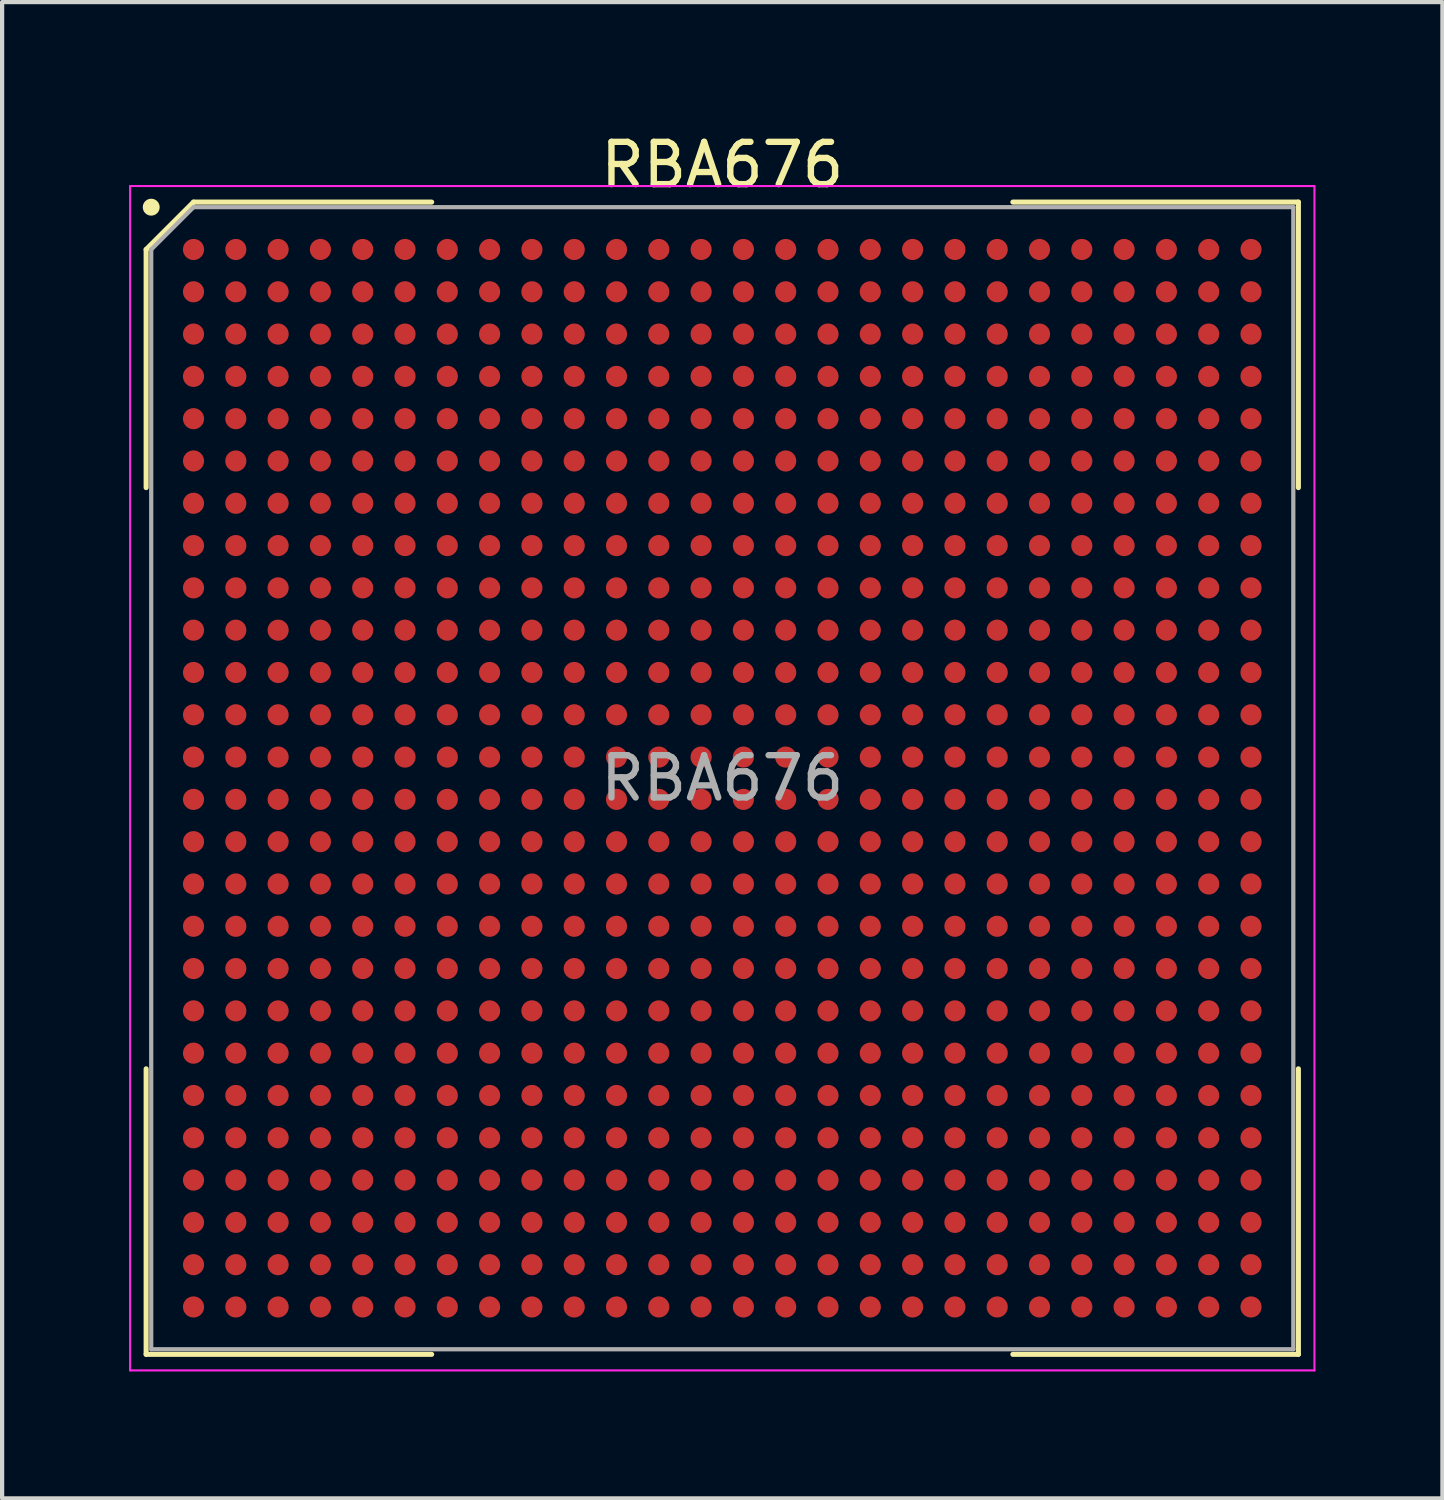
<source format=kicad_pcb>
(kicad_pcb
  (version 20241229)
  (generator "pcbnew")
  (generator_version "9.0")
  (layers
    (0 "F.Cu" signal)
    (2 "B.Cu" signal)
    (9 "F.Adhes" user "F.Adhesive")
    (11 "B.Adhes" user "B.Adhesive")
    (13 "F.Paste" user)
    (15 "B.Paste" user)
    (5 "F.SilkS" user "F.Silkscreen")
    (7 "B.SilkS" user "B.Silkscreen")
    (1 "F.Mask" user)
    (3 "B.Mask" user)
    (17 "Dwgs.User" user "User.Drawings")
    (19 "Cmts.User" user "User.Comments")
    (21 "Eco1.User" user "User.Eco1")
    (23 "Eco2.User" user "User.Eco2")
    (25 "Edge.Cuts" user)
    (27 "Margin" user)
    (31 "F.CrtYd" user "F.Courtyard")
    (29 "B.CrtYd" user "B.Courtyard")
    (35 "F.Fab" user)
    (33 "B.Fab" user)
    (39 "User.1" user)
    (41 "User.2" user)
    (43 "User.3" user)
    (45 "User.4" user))
  (footprint "RBA676"
    (layer "F.Cu")
    (at 14.025 15.348)
    (property "Reference" "RBA676" (at 0 -14.5 0) (layer "F.SilkS") (effects (font (size 1 1) (thickness 0.15))))
    (attr smd)
    (fp_line (start -13.62 -12.5) (end -13.62 -6.87) (stroke (width 0.12) (type default)) (layer "F.SilkS"))
    (fp_line (start -13.62 13.62) (end -13.62 6.87) (stroke (width 0.12) (type default)) (layer "F.SilkS"))
    (fp_line (start -12.5 -13.62) (end -13.62 -12.5) (stroke (width 0.12) (type default)) (layer "F.SilkS"))
    (fp_line (start -6.87 -13.62) (end -12.5 -13.62) (stroke (width 0.12) (type default)) (layer "F.SilkS"))
    (fp_line (start -6.87 13.62) (end -13.62 13.62) (stroke (width 0.12) (type default)) (layer "F.SilkS"))
    (fp_line (start 6.87 -13.62) (end 13.62 -13.62) (stroke (width 0.12) (type default)) (layer "F.SilkS"))
    (fp_line (start 6.87 13.62) (end 13.62 13.62) (stroke (width 0.12) (type default)) (layer "F.SilkS"))
    (fp_line (start 13.62 -13.62) (end 13.62 -6.87) (stroke (width 0.12) (type default)) (layer "F.SilkS"))
    (fp_line (start 13.62 13.62) (end 13.62 6.87) (stroke (width 0.12) (type default)) (layer "F.SilkS"))
    (fp_circle (center -13.5 -13.5) (end -13.5 -13.4) (stroke (width 0.2) (type default)) (fill no) (layer "F.SilkS"))
    (fp_line (start -14 -14) (end 14 -14) (stroke (width 0.05) (type default)) (layer "F.CrtYd"))
    (fp_line (start -14 14) (end -14 -14) (stroke (width 0.05) (type default)) (layer "F.CrtYd"))
    (fp_line (start 14 -14) (end 14 14) (stroke (width 0.05) (type default)) (layer "F.CrtYd"))
    (fp_line (start 14 14) (end -14 14) (stroke (width 0.05) (type default)) (layer "F.CrtYd"))
    (fp_line (start -13.5 -12.5) (end -13.5 13.5) (stroke (width 0.1) (type default)) (layer "F.Fab"))
    (fp_line (start -13.5 13.5) (end 13.5 13.5) (stroke (width 0.1) (type default)) (layer "F.Fab"))
    (fp_line (start -12.5 -13.5) (end -13.5 -12.5) (stroke (width 0.1) (type default)) (layer "F.Fab"))
    (fp_line (start 13.5 -13.5) (end -12.5 -13.5) (stroke (width 0.1) (type default)) (layer "F.Fab"))
    (fp_line (start 13.5 13.5) (end 13.5 -13.5) (stroke (width 0.1) (type default)) (layer "F.Fab"))
    (fp_text user "${REFERENCE}" (at 0 0 0) (layer "F.Fab") (effects (font (size 1 1) (thickness 0.15))))
    (pad "A1" smd circle (at -12.5 -12.5) (size 0.5 0.5) (layers "F.Cu" "F.Mask" "F.Paste"))
    (pad "A2" smd circle (at -11.5 -12.5) (size 0.5 0.5) (layers "F.Cu" "F.Mask" "F.Paste"))
    (pad "A3" smd circle (at -10.5 -12.5) (size 0.5 0.5) (layers "F.Cu" "F.Mask" "F.Paste"))
    (pad "A4" smd circle (at -9.5 -12.5) (size 0.5 0.5) (layers "F.Cu" "F.Mask" "F.Paste"))
    (pad "A5" smd circle (at -8.5 -12.5) (size 0.5 0.5) (layers "F.Cu" "F.Mask" "F.Paste"))
    (pad "A6" smd circle (at -7.5 -12.5) (size 0.5 0.5) (layers "F.Cu" "F.Mask" "F.Paste"))
    (pad "A7" smd circle (at -6.5 -12.5) (size 0.5 0.5) (layers "F.Cu" "F.Mask" "F.Paste"))
    (pad "A8" smd circle (at -5.5 -12.5) (size 0.5 0.5) (layers "F.Cu" "F.Mask" "F.Paste"))
    (pad "A9" smd circle (at -4.5 -12.5) (size 0.5 0.5) (layers "F.Cu" "F.Mask" "F.Paste"))
    (pad "A10" smd circle (at -3.5 -12.5) (size 0.5 0.5) (layers "F.Cu" "F.Mask" "F.Paste"))
    (pad "A11" smd circle (at -2.5 -12.5) (size 0.5 0.5) (layers "F.Cu" "F.Mask" "F.Paste"))
    (pad "A12" smd circle (at -1.5 -12.5) (size 0.5 0.5) (layers "F.Cu" "F.Mask" "F.Paste"))
    (pad "A13" smd circle (at -0.5 -12.5) (size 0.5 0.5) (layers "F.Cu" "F.Mask" "F.Paste"))
    (pad "A14" smd circle (at 0.5 -12.5) (size 0.5 0.5) (layers "F.Cu" "F.Mask" "F.Paste"))
    (pad "A15" smd circle (at 1.5 -12.5) (size 0.5 0.5) (layers "F.Cu" "F.Mask" "F.Paste"))
    (pad "A16" smd circle (at 2.5 -12.5) (size 0.5 0.5) (layers "F.Cu" "F.Mask" "F.Paste"))
    (pad "A17" smd circle (at 3.5 -12.5) (size 0.5 0.5) (layers "F.Cu" "F.Mask" "F.Paste"))
    (pad "A18" smd circle (at 4.5 -12.5) (size 0.5 0.5) (layers "F.Cu" "F.Mask" "F.Paste"))
    (pad "A19" smd circle (at 5.5 -12.5) (size 0.5 0.5) (layers "F.Cu" "F.Mask" "F.Paste"))
    (pad "A20" smd circle (at 6.5 -12.5) (size 0.5 0.5) (layers "F.Cu" "F.Mask" "F.Paste"))
    (pad "A21" smd circle (at 7.5 -12.5) (size 0.5 0.5) (layers "F.Cu" "F.Mask" "F.Paste"))
    (pad "A22" smd circle (at 8.5 -12.5) (size 0.5 0.5) (layers "F.Cu" "F.Mask" "F.Paste"))
    (pad "A23" smd circle (at 9.5 -12.5) (size 0.5 0.5) (layers "F.Cu" "F.Mask" "F.Paste"))
    (pad "A24" smd circle (at 10.5 -12.5) (size 0.5 0.5) (layers "F.Cu" "F.Mask" "F.Paste"))
    (pad "A25" smd circle (at 11.5 -12.5) (size 0.5 0.5) (layers "F.Cu" "F.Mask" "F.Paste"))
    (pad "A26" smd circle (at 12.5 -12.5) (size 0.5 0.5) (layers "F.Cu" "F.Mask" "F.Paste"))
    (pad "AA1" smd circle (at -12.5 7.5) (size 0.5 0.5) (layers "F.Cu" "F.Mask" "F.Paste"))
    (pad "AA2" smd circle (at -11.5 7.5) (size 0.5 0.5) (layers "F.Cu" "F.Mask" "F.Paste"))
    (pad "AA3" smd circle (at -10.5 7.5) (size 0.5 0.5) (layers "F.Cu" "F.Mask" "F.Paste"))
    (pad "AA4" smd circle (at -9.5 7.5) (size 0.5 0.5) (layers "F.Cu" "F.Mask" "F.Paste"))
    (pad "AA5" smd circle (at -8.5 7.5) (size 0.5 0.5) (layers "F.Cu" "F.Mask" "F.Paste"))
    (pad "AA6" smd circle (at -7.5 7.5) (size 0.5 0.5) (layers "F.Cu" "F.Mask" "F.Paste"))
    (pad "AA7" smd circle (at -6.5 7.5) (size 0.5 0.5) (layers "F.Cu" "F.Mask" "F.Paste"))
    (pad "AA8" smd circle (at -5.5 7.5) (size 0.5 0.5) (layers "F.Cu" "F.Mask" "F.Paste"))
    (pad "AA9" smd circle (at -4.5 7.5) (size 0.5 0.5) (layers "F.Cu" "F.Mask" "F.Paste"))
    (pad "AA10" smd circle (at -3.5 7.5) (size 0.5 0.5) (layers "F.Cu" "F.Mask" "F.Paste"))
    (pad "AA11" smd circle (at -2.5 7.5) (size 0.5 0.5) (layers "F.Cu" "F.Mask" "F.Paste"))
    (pad "AA12" smd circle (at -1.5 7.5) (size 0.5 0.5) (layers "F.Cu" "F.Mask" "F.Paste"))
    (pad "AA13" smd circle (at -0.5 7.5) (size 0.5 0.5) (layers "F.Cu" "F.Mask" "F.Paste"))
    (pad "AA14" smd circle (at 0.5 7.5) (size 0.5 0.5) (layers "F.Cu" "F.Mask" "F.Paste"))
    (pad "AA15" smd circle (at 1.5 7.5) (size 0.5 0.5) (layers "F.Cu" "F.Mask" "F.Paste"))
    (pad "AA16" smd circle (at 2.5 7.5) (size 0.5 0.5) (layers "F.Cu" "F.Mask" "F.Paste"))
    (pad "AA17" smd circle (at 3.5 7.5) (size 0.5 0.5) (layers "F.Cu" "F.Mask" "F.Paste"))
    (pad "AA18" smd circle (at 4.5 7.5) (size 0.5 0.5) (layers "F.Cu" "F.Mask" "F.Paste"))
    (pad "AA19" smd circle (at 5.5 7.5) (size 0.5 0.5) (layers "F.Cu" "F.Mask" "F.Paste"))
    (pad "AA20" smd circle (at 6.5 7.5) (size 0.5 0.5) (layers "F.Cu" "F.Mask" "F.Paste"))
    (pad "AA21" smd circle (at 7.5 7.5) (size 0.5 0.5) (layers "F.Cu" "F.Mask" "F.Paste"))
    (pad "AA22" smd circle (at 8.5 7.5) (size 0.5 0.5) (layers "F.Cu" "F.Mask" "F.Paste"))
    (pad "AA23" smd circle (at 9.5 7.5) (size 0.5 0.5) (layers "F.Cu" "F.Mask" "F.Paste"))
    (pad "AA24" smd circle (at 10.5 7.5) (size 0.5 0.5) (layers "F.Cu" "F.Mask" "F.Paste"))
    (pad "AA25" smd circle (at 11.5 7.5) (size 0.5 0.5) (layers "F.Cu" "F.Mask" "F.Paste"))
    (pad "AA26" smd circle (at 12.5 7.5) (size 0.5 0.5) (layers "F.Cu" "F.Mask" "F.Paste"))
    (pad "AB1" smd circle (at -12.5 8.5) (size 0.5 0.5) (layers "F.Cu" "F.Mask" "F.Paste"))
    (pad "AB2" smd circle (at -11.5 8.5) (size 0.5 0.5) (layers "F.Cu" "F.Mask" "F.Paste"))
    (pad "AB3" smd circle (at -10.5 8.5) (size 0.5 0.5) (layers "F.Cu" "F.Mask" "F.Paste"))
    (pad "AB4" smd circle (at -9.5 8.5) (size 0.5 0.5) (layers "F.Cu" "F.Mask" "F.Paste"))
    (pad "AB5" smd circle (at -8.5 8.5) (size 0.5 0.5) (layers "F.Cu" "F.Mask" "F.Paste"))
    (pad "AB6" smd circle (at -7.5 8.5) (size 0.5 0.5) (layers "F.Cu" "F.Mask" "F.Paste"))
    (pad "AB7" smd circle (at -6.5 8.5) (size 0.5 0.5) (layers "F.Cu" "F.Mask" "F.Paste"))
    (pad "AB8" smd circle (at -5.5 8.5) (size 0.5 0.5) (layers "F.Cu" "F.Mask" "F.Paste"))
    (pad "AB9" smd circle (at -4.5 8.5) (size 0.5 0.5) (layers "F.Cu" "F.Mask" "F.Paste"))
    (pad "AB10" smd circle (at -3.5 8.5) (size 0.5 0.5) (layers "F.Cu" "F.Mask" "F.Paste"))
    (pad "AB11" smd circle (at -2.5 8.5) (size 0.5 0.5) (layers "F.Cu" "F.Mask" "F.Paste"))
    (pad "AB12" smd circle (at -1.5 8.5) (size 0.5 0.5) (layers "F.Cu" "F.Mask" "F.Paste"))
    (pad "AB13" smd circle (at -0.5 8.5) (size 0.5 0.5) (layers "F.Cu" "F.Mask" "F.Paste"))
    (pad "AB14" smd circle (at 0.5 8.5) (size 0.5 0.5) (layers "F.Cu" "F.Mask" "F.Paste"))
    (pad "AB15" smd circle (at 1.5 8.5) (size 0.5 0.5) (layers "F.Cu" "F.Mask" "F.Paste"))
    (pad "AB16" smd circle (at 2.5 8.5) (size 0.5 0.5) (layers "F.Cu" "F.Mask" "F.Paste"))
    (pad "AB17" smd circle (at 3.5 8.5) (size 0.5 0.5) (layers "F.Cu" "F.Mask" "F.Paste"))
    (pad "AB18" smd circle (at 4.5 8.5) (size 0.5 0.5) (layers "F.Cu" "F.Mask" "F.Paste"))
    (pad "AB19" smd circle (at 5.5 8.5) (size 0.5 0.5) (layers "F.Cu" "F.Mask" "F.Paste"))
    (pad "AB20" smd circle (at 6.5 8.5) (size 0.5 0.5) (layers "F.Cu" "F.Mask" "F.Paste"))
    (pad "AB21" smd circle (at 7.5 8.5) (size 0.5 0.5) (layers "F.Cu" "F.Mask" "F.Paste"))
    (pad "AB22" smd circle (at 8.5 8.5) (size 0.5 0.5) (layers "F.Cu" "F.Mask" "F.Paste"))
    (pad "AB23" smd circle (at 9.5 8.5) (size 0.5 0.5) (layers "F.Cu" "F.Mask" "F.Paste"))
    (pad "AB24" smd circle (at 10.5 8.5) (size 0.5 0.5) (layers "F.Cu" "F.Mask" "F.Paste"))
    (pad "AB25" smd circle (at 11.5 8.5) (size 0.5 0.5) (layers "F.Cu" "F.Mask" "F.Paste"))
    (pad "AB26" smd circle (at 12.5 8.5) (size 0.5 0.5) (layers "F.Cu" "F.Mask" "F.Paste"))
    (pad "AC1" smd circle (at -12.5 9.5) (size 0.5 0.5) (layers "F.Cu" "F.Mask" "F.Paste"))
    (pad "AC2" smd circle (at -11.5 9.5) (size 0.5 0.5) (layers "F.Cu" "F.Mask" "F.Paste"))
    (pad "AC3" smd circle (at -10.5 9.5) (size 0.5 0.5) (layers "F.Cu" "F.Mask" "F.Paste"))
    (pad "AC4" smd circle (at -9.5 9.5) (size 0.5 0.5) (layers "F.Cu" "F.Mask" "F.Paste"))
    (pad "AC5" smd circle (at -8.5 9.5) (size 0.5 0.5) (layers "F.Cu" "F.Mask" "F.Paste"))
    (pad "AC6" smd circle (at -7.5 9.5) (size 0.5 0.5) (layers "F.Cu" "F.Mask" "F.Paste"))
    (pad "AC7" smd circle (at -6.5 9.5) (size 0.5 0.5) (layers "F.Cu" "F.Mask" "F.Paste"))
    (pad "AC8" smd circle (at -5.5 9.5) (size 0.5 0.5) (layers "F.Cu" "F.Mask" "F.Paste"))
    (pad "AC9" smd circle (at -4.5 9.5) (size 0.5 0.5) (layers "F.Cu" "F.Mask" "F.Paste"))
    (pad "AC10" smd circle (at -3.5 9.5) (size 0.5 0.5) (layers "F.Cu" "F.Mask" "F.Paste"))
    (pad "AC11" smd circle (at -2.5 9.5) (size 0.5 0.5) (layers "F.Cu" "F.Mask" "F.Paste"))
    (pad "AC12" smd circle (at -1.5 9.5) (size 0.5 0.5) (layers "F.Cu" "F.Mask" "F.Paste"))
    (pad "AC13" smd circle (at -0.5 9.5) (size 0.5 0.5) (layers "F.Cu" "F.Mask" "F.Paste"))
    (pad "AC14" smd circle (at 0.5 9.5) (size 0.5 0.5) (layers "F.Cu" "F.Mask" "F.Paste"))
    (pad "AC15" smd circle (at 1.5 9.5) (size 0.5 0.5) (layers "F.Cu" "F.Mask" "F.Paste"))
    (pad "AC16" smd circle (at 2.5 9.5) (size 0.5 0.5) (layers "F.Cu" "F.Mask" "F.Paste"))
    (pad "AC17" smd circle (at 3.5 9.5) (size 0.5 0.5) (layers "F.Cu" "F.Mask" "F.Paste"))
    (pad "AC18" smd circle (at 4.5 9.5) (size 0.5 0.5) (layers "F.Cu" "F.Mask" "F.Paste"))
    (pad "AC19" smd circle (at 5.5 9.5) (size 0.5 0.5) (layers "F.Cu" "F.Mask" "F.Paste"))
    (pad "AC20" smd circle (at 6.5 9.5) (size 0.5 0.5) (layers "F.Cu" "F.Mask" "F.Paste"))
    (pad "AC21" smd circle (at 7.5 9.5) (size 0.5 0.5) (layers "F.Cu" "F.Mask" "F.Paste"))
    (pad "AC22" smd circle (at 8.5 9.5) (size 0.5 0.5) (layers "F.Cu" "F.Mask" "F.Paste"))
    (pad "AC23" smd circle (at 9.5 9.5) (size 0.5 0.5) (layers "F.Cu" "F.Mask" "F.Paste"))
    (pad "AC24" smd circle (at 10.5 9.5) (size 0.5 0.5) (layers "F.Cu" "F.Mask" "F.Paste"))
    (pad "AC25" smd circle (at 11.5 9.5) (size 0.5 0.5) (layers "F.Cu" "F.Mask" "F.Paste"))
    (pad "AC26" smd circle (at 12.5 9.5) (size 0.5 0.5) (layers "F.Cu" "F.Mask" "F.Paste"))
    (pad "AD1" smd circle (at -12.5 10.5) (size 0.5 0.5) (layers "F.Cu" "F.Mask" "F.Paste"))
    (pad "AD2" smd circle (at -11.5 10.5) (size 0.5 0.5) (layers "F.Cu" "F.Mask" "F.Paste"))
    (pad "AD3" smd circle (at -10.5 10.5) (size 0.5 0.5) (layers "F.Cu" "F.Mask" "F.Paste"))
    (pad "AD4" smd circle (at -9.5 10.5) (size 0.5 0.5) (layers "F.Cu" "F.Mask" "F.Paste"))
    (pad "AD5" smd circle (at -8.5 10.5) (size 0.5 0.5) (layers "F.Cu" "F.Mask" "F.Paste"))
    (pad "AD6" smd circle (at -7.5 10.5) (size 0.5 0.5) (layers "F.Cu" "F.Mask" "F.Paste"))
    (pad "AD7" smd circle (at -6.5 10.5) (size 0.5 0.5) (layers "F.Cu" "F.Mask" "F.Paste"))
    (pad "AD8" smd circle (at -5.5 10.5) (size 0.5 0.5) (layers "F.Cu" "F.Mask" "F.Paste"))
    (pad "AD9" smd circle (at -4.5 10.5) (size 0.5 0.5) (layers "F.Cu" "F.Mask" "F.Paste"))
    (pad "AD10" smd circle (at -3.5 10.5) (size 0.5 0.5) (layers "F.Cu" "F.Mask" "F.Paste"))
    (pad "AD11" smd circle (at -2.5 10.5) (size 0.5 0.5) (layers "F.Cu" "F.Mask" "F.Paste"))
    (pad "AD12" smd circle (at -1.5 10.5) (size 0.5 0.5) (layers "F.Cu" "F.Mask" "F.Paste"))
    (pad "AD13" smd circle (at -0.5 10.5) (size 0.5 0.5) (layers "F.Cu" "F.Mask" "F.Paste"))
    (pad "AD14" smd circle (at 0.5 10.5) (size 0.5 0.5) (layers "F.Cu" "F.Mask" "F.Paste"))
    (pad "AD15" smd circle (at 1.5 10.5) (size 0.5 0.5) (layers "F.Cu" "F.Mask" "F.Paste"))
    (pad "AD16" smd circle (at 2.5 10.5) (size 0.5 0.5) (layers "F.Cu" "F.Mask" "F.Paste"))
    (pad "AD17" smd circle (at 3.5 10.5) (size 0.5 0.5) (layers "F.Cu" "F.Mask" "F.Paste"))
    (pad "AD18" smd circle (at 4.5 10.5) (size 0.5 0.5) (layers "F.Cu" "F.Mask" "F.Paste"))
    (pad "AD19" smd circle (at 5.5 10.5) (size 0.5 0.5) (layers "F.Cu" "F.Mask" "F.Paste"))
    (pad "AD20" smd circle (at 6.5 10.5) (size 0.5 0.5) (layers "F.Cu" "F.Mask" "F.Paste"))
    (pad "AD21" smd circle (at 7.5 10.5) (size 0.5 0.5) (layers "F.Cu" "F.Mask" "F.Paste"))
    (pad "AD22" smd circle (at 8.5 10.5) (size 0.5 0.5) (layers "F.Cu" "F.Mask" "F.Paste"))
    (pad "AD23" smd circle (at 9.5 10.5) (size 0.5 0.5) (layers "F.Cu" "F.Mask" "F.Paste"))
    (pad "AD24" smd circle (at 10.5 10.5) (size 0.5 0.5) (layers "F.Cu" "F.Mask" "F.Paste"))
    (pad "AD25" smd circle (at 11.5 10.5) (size 0.5 0.5) (layers "F.Cu" "F.Mask" "F.Paste"))
    (pad "AD26" smd circle (at 12.5 10.5) (size 0.5 0.5) (layers "F.Cu" "F.Mask" "F.Paste"))
    (pad "AE1" smd circle (at -12.5 11.5) (size 0.5 0.5) (layers "F.Cu" "F.Mask" "F.Paste"))
    (pad "AE2" smd circle (at -11.5 11.5) (size 0.5 0.5) (layers "F.Cu" "F.Mask" "F.Paste"))
    (pad "AE3" smd circle (at -10.5 11.5) (size 0.5 0.5) (layers "F.Cu" "F.Mask" "F.Paste"))
    (pad "AE4" smd circle (at -9.5 11.5) (size 0.5 0.5) (layers "F.Cu" "F.Mask" "F.Paste"))
    (pad "AE5" smd circle (at -8.5 11.5) (size 0.5 0.5) (layers "F.Cu" "F.Mask" "F.Paste"))
    (pad "AE6" smd circle (at -7.5 11.5) (size 0.5 0.5) (layers "F.Cu" "F.Mask" "F.Paste"))
    (pad "AE7" smd circle (at -6.5 11.5) (size 0.5 0.5) (layers "F.Cu" "F.Mask" "F.Paste"))
    (pad "AE8" smd circle (at -5.5 11.5) (size 0.5 0.5) (layers "F.Cu" "F.Mask" "F.Paste"))
    (pad "AE9" smd circle (at -4.5 11.5) (size 0.5 0.5) (layers "F.Cu" "F.Mask" "F.Paste"))
    (pad "AE10" smd circle (at -3.5 11.5) (size 0.5 0.5) (layers "F.Cu" "F.Mask" "F.Paste"))
    (pad "AE11" smd circle (at -2.5 11.5) (size 0.5 0.5) (layers "F.Cu" "F.Mask" "F.Paste"))
    (pad "AE12" smd circle (at -1.5 11.5) (size 0.5 0.5) (layers "F.Cu" "F.Mask" "F.Paste"))
    (pad "AE13" smd circle (at -0.5 11.5) (size 0.5 0.5) (layers "F.Cu" "F.Mask" "F.Paste"))
    (pad "AE14" smd circle (at 0.5 11.5) (size 0.5 0.5) (layers "F.Cu" "F.Mask" "F.Paste"))
    (pad "AE15" smd circle (at 1.5 11.5) (size 0.5 0.5) (layers "F.Cu" "F.Mask" "F.Paste"))
    (pad "AE16" smd circle (at 2.5 11.5) (size 0.5 0.5) (layers "F.Cu" "F.Mask" "F.Paste"))
    (pad "AE17" smd circle (at 3.5 11.5) (size 0.5 0.5) (layers "F.Cu" "F.Mask" "F.Paste"))
    (pad "AE18" smd circle (at 4.5 11.5) (size 0.5 0.5) (layers "F.Cu" "F.Mask" "F.Paste"))
    (pad "AE19" smd circle (at 5.5 11.5) (size 0.5 0.5) (layers "F.Cu" "F.Mask" "F.Paste"))
    (pad "AE20" smd circle (at 6.5 11.5) (size 0.5 0.5) (layers "F.Cu" "F.Mask" "F.Paste"))
    (pad "AE21" smd circle (at 7.5 11.5) (size 0.5 0.5) (layers "F.Cu" "F.Mask" "F.Paste"))
    (pad "AE22" smd circle (at 8.5 11.5) (size 0.5 0.5) (layers "F.Cu" "F.Mask" "F.Paste"))
    (pad "AE23" smd circle (at 9.5 11.5) (size 0.5 0.5) (layers "F.Cu" "F.Mask" "F.Paste"))
    (pad "AE24" smd circle (at 10.5 11.5) (size 0.5 0.5) (layers "F.Cu" "F.Mask" "F.Paste"))
    (pad "AE25" smd circle (at 11.5 11.5) (size 0.5 0.5) (layers "F.Cu" "F.Mask" "F.Paste"))
    (pad "AE26" smd circle (at 12.5 11.5) (size 0.5 0.5) (layers "F.Cu" "F.Mask" "F.Paste"))
    (pad "AF1" smd circle (at -12.5 12.5) (size 0.5 0.5) (layers "F.Cu" "F.Mask" "F.Paste"))
    (pad "AF2" smd circle (at -11.5 12.5) (size 0.5 0.5) (layers "F.Cu" "F.Mask" "F.Paste"))
    (pad "AF3" smd circle (at -10.5 12.5) (size 0.5 0.5) (layers "F.Cu" "F.Mask" "F.Paste"))
    (pad "AF4" smd circle (at -9.5 12.5) (size 0.5 0.5) (layers "F.Cu" "F.Mask" "F.Paste"))
    (pad "AF5" smd circle (at -8.5 12.5) (size 0.5 0.5) (layers "F.Cu" "F.Mask" "F.Paste"))
    (pad "AF6" smd circle (at -7.5 12.5) (size 0.5 0.5) (layers "F.Cu" "F.Mask" "F.Paste"))
    (pad "AF7" smd circle (at -6.5 12.5) (size 0.5 0.5) (layers "F.Cu" "F.Mask" "F.Paste"))
    (pad "AF8" smd circle (at -5.5 12.5) (size 0.5 0.5) (layers "F.Cu" "F.Mask" "F.Paste"))
    (pad "AF9" smd circle (at -4.5 12.5) (size 0.5 0.5) (layers "F.Cu" "F.Mask" "F.Paste"))
    (pad "AF10" smd circle (at -3.5 12.5) (size 0.5 0.5) (layers "F.Cu" "F.Mask" "F.Paste"))
    (pad "AF11" smd circle (at -2.5 12.5) (size 0.5 0.5) (layers "F.Cu" "F.Mask" "F.Paste"))
    (pad "AF12" smd circle (at -1.5 12.5) (size 0.5 0.5) (layers "F.Cu" "F.Mask" "F.Paste"))
    (pad "AF13" smd circle (at -0.5 12.5) (size 0.5 0.5) (layers "F.Cu" "F.Mask" "F.Paste"))
    (pad "AF14" smd circle (at 0.5 12.5) (size 0.5 0.5) (layers "F.Cu" "F.Mask" "F.Paste"))
    (pad "AF15" smd circle (at 1.5 12.5) (size 0.5 0.5) (layers "F.Cu" "F.Mask" "F.Paste"))
    (pad "AF16" smd circle (at 2.5 12.5) (size 0.5 0.5) (layers "F.Cu" "F.Mask" "F.Paste"))
    (pad "AF17" smd circle (at 3.5 12.5) (size 0.5 0.5) (layers "F.Cu" "F.Mask" "F.Paste"))
    (pad "AF18" smd circle (at 4.5 12.5) (size 0.5 0.5) (layers "F.Cu" "F.Mask" "F.Paste"))
    (pad "AF19" smd circle (at 5.5 12.5) (size 0.5 0.5) (layers "F.Cu" "F.Mask" "F.Paste"))
    (pad "AF20" smd circle (at 6.5 12.5) (size 0.5 0.5) (layers "F.Cu" "F.Mask" "F.Paste"))
    (pad "AF21" smd circle (at 7.5 12.5) (size 0.5 0.5) (layers "F.Cu" "F.Mask" "F.Paste"))
    (pad "AF22" smd circle (at 8.5 12.5) (size 0.5 0.5) (layers "F.Cu" "F.Mask" "F.Paste"))
    (pad "AF23" smd circle (at 9.5 12.5) (size 0.5 0.5) (layers "F.Cu" "F.Mask" "F.Paste"))
    (pad "AF24" smd circle (at 10.5 12.5) (size 0.5 0.5) (layers "F.Cu" "F.Mask" "F.Paste"))
    (pad "AF25" smd circle (at 11.5 12.5) (size 0.5 0.5) (layers "F.Cu" "F.Mask" "F.Paste"))
    (pad "AF26" smd circle (at 12.5 12.5) (size 0.5 0.5) (layers "F.Cu" "F.Mask" "F.Paste"))
    (pad "B1" smd circle (at -12.5 -11.5) (size 0.5 0.5) (layers "F.Cu" "F.Mask" "F.Paste"))
    (pad "B2" smd circle (at -11.5 -11.5) (size 0.5 0.5) (layers "F.Cu" "F.Mask" "F.Paste"))
    (pad "B3" smd circle (at -10.5 -11.5) (size 0.5 0.5) (layers "F.Cu" "F.Mask" "F.Paste"))
    (pad "B4" smd circle (at -9.5 -11.5) (size 0.5 0.5) (layers "F.Cu" "F.Mask" "F.Paste"))
    (pad "B5" smd circle (at -8.5 -11.5) (size 0.5 0.5) (layers "F.Cu" "F.Mask" "F.Paste"))
    (pad "B6" smd circle (at -7.5 -11.5) (size 0.5 0.5) (layers "F.Cu" "F.Mask" "F.Paste"))
    (pad "B7" smd circle (at -6.5 -11.5) (size 0.5 0.5) (layers "F.Cu" "F.Mask" "F.Paste"))
    (pad "B8" smd circle (at -5.5 -11.5) (size 0.5 0.5) (layers "F.Cu" "F.Mask" "F.Paste"))
    (pad "B9" smd circle (at -4.5 -11.5) (size 0.5 0.5) (layers "F.Cu" "F.Mask" "F.Paste"))
    (pad "B10" smd circle (at -3.5 -11.5) (size 0.5 0.5) (layers "F.Cu" "F.Mask" "F.Paste"))
    (pad "B11" smd circle (at -2.5 -11.5) (size 0.5 0.5) (layers "F.Cu" "F.Mask" "F.Paste"))
    (pad "B12" smd circle (at -1.5 -11.5) (size 0.5 0.5) (layers "F.Cu" "F.Mask" "F.Paste"))
    (pad "B13" smd circle (at -0.5 -11.5) (size 0.5 0.5) (layers "F.Cu" "F.Mask" "F.Paste"))
    (pad "B14" smd circle (at 0.5 -11.5) (size 0.5 0.5) (layers "F.Cu" "F.Mask" "F.Paste"))
    (pad "B15" smd circle (at 1.5 -11.5) (size 0.5 0.5) (layers "F.Cu" "F.Mask" "F.Paste"))
    (pad "B16" smd circle (at 2.5 -11.5) (size 0.5 0.5) (layers "F.Cu" "F.Mask" "F.Paste"))
    (pad "B17" smd circle (at 3.5 -11.5) (size 0.5 0.5) (layers "F.Cu" "F.Mask" "F.Paste"))
    (pad "B18" smd circle (at 4.5 -11.5) (size 0.5 0.5) (layers "F.Cu" "F.Mask" "F.Paste"))
    (pad "B19" smd circle (at 5.5 -11.5) (size 0.5 0.5) (layers "F.Cu" "F.Mask" "F.Paste"))
    (pad "B20" smd circle (at 6.5 -11.5) (size 0.5 0.5) (layers "F.Cu" "F.Mask" "F.Paste"))
    (pad "B21" smd circle (at 7.5 -11.5) (size 0.5 0.5) (layers "F.Cu" "F.Mask" "F.Paste"))
    (pad "B22" smd circle (at 8.5 -11.5) (size 0.5 0.5) (layers "F.Cu" "F.Mask" "F.Paste"))
    (pad "B23" smd circle (at 9.5 -11.5) (size 0.5 0.5) (layers "F.Cu" "F.Mask" "F.Paste"))
    (pad "B24" smd circle (at 10.5 -11.5) (size 0.5 0.5) (layers "F.Cu" "F.Mask" "F.Paste"))
    (pad "B25" smd circle (at 11.5 -11.5) (size 0.5 0.5) (layers "F.Cu" "F.Mask" "F.Paste"))
    (pad "B26" smd circle (at 12.5 -11.5) (size 0.5 0.5) (layers "F.Cu" "F.Mask" "F.Paste"))
    (pad "C1" smd circle (at -12.5 -10.5) (size 0.5 0.5) (layers "F.Cu" "F.Mask" "F.Paste"))
    (pad "C2" smd circle (at -11.5 -10.5) (size 0.5 0.5) (layers "F.Cu" "F.Mask" "F.Paste"))
    (pad "C3" smd circle (at -10.5 -10.5) (size 0.5 0.5) (layers "F.Cu" "F.Mask" "F.Paste"))
    (pad "C4" smd circle (at -9.5 -10.5) (size 0.5 0.5) (layers "F.Cu" "F.Mask" "F.Paste"))
    (pad "C5" smd circle (at -8.5 -10.5) (size 0.5 0.5) (layers "F.Cu" "F.Mask" "F.Paste"))
    (pad "C6" smd circle (at -7.5 -10.5) (size 0.5 0.5) (layers "F.Cu" "F.Mask" "F.Paste"))
    (pad "C7" smd circle (at -6.5 -10.5) (size 0.5 0.5) (layers "F.Cu" "F.Mask" "F.Paste"))
    (pad "C8" smd circle (at -5.5 -10.5) (size 0.5 0.5) (layers "F.Cu" "F.Mask" "F.Paste"))
    (pad "C9" smd circle (at -4.5 -10.5) (size 0.5 0.5) (layers "F.Cu" "F.Mask" "F.Paste"))
    (pad "C10" smd circle (at -3.5 -10.5) (size 0.5 0.5) (layers "F.Cu" "F.Mask" "F.Paste"))
    (pad "C11" smd circle (at -2.5 -10.5) (size 0.5 0.5) (layers "F.Cu" "F.Mask" "F.Paste"))
    (pad "C12" smd circle (at -1.5 -10.5) (size 0.5 0.5) (layers "F.Cu" "F.Mask" "F.Paste"))
    (pad "C13" smd circle (at -0.5 -10.5) (size 0.5 0.5) (layers "F.Cu" "F.Mask" "F.Paste"))
    (pad "C14" smd circle (at 0.5 -10.5) (size 0.5 0.5) (layers "F.Cu" "F.Mask" "F.Paste"))
    (pad "C15" smd circle (at 1.5 -10.5) (size 0.5 0.5) (layers "F.Cu" "F.Mask" "F.Paste"))
    (pad "C16" smd circle (at 2.5 -10.5) (size 0.5 0.5) (layers "F.Cu" "F.Mask" "F.Paste"))
    (pad "C17" smd circle (at 3.5 -10.5) (size 0.5 0.5) (layers "F.Cu" "F.Mask" "F.Paste"))
    (pad "C18" smd circle (at 4.5 -10.5) (size 0.5 0.5) (layers "F.Cu" "F.Mask" "F.Paste"))
    (pad "C19" smd circle (at 5.5 -10.5) (size 0.5 0.5) (layers "F.Cu" "F.Mask" "F.Paste"))
    (pad "C20" smd circle (at 6.5 -10.5) (size 0.5 0.5) (layers "F.Cu" "F.Mask" "F.Paste"))
    (pad "C21" smd circle (at 7.5 -10.5) (size 0.5 0.5) (layers "F.Cu" "F.Mask" "F.Paste"))
    (pad "C22" smd circle (at 8.5 -10.5) (size 0.5 0.5) (layers "F.Cu" "F.Mask" "F.Paste"))
    (pad "C23" smd circle (at 9.5 -10.5) (size 0.5 0.5) (layers "F.Cu" "F.Mask" "F.Paste"))
    (pad "C24" smd circle (at 10.5 -10.5) (size 0.5 0.5) (layers "F.Cu" "F.Mask" "F.Paste"))
    (pad "C25" smd circle (at 11.5 -10.5) (size 0.5 0.5) (layers "F.Cu" "F.Mask" "F.Paste"))
    (pad "C26" smd circle (at 12.5 -10.5) (size 0.5 0.5) (layers "F.Cu" "F.Mask" "F.Paste"))
    (pad "D1" smd circle (at -12.5 -9.5) (size 0.5 0.5) (layers "F.Cu" "F.Mask" "F.Paste"))
    (pad "D2" smd circle (at -11.5 -9.5) (size 0.5 0.5) (layers "F.Cu" "F.Mask" "F.Paste"))
    (pad "D3" smd circle (at -10.5 -9.5) (size 0.5 0.5) (layers "F.Cu" "F.Mask" "F.Paste"))
    (pad "D4" smd circle (at -9.5 -9.5) (size 0.5 0.5) (layers "F.Cu" "F.Mask" "F.Paste"))
    (pad "D5" smd circle (at -8.5 -9.5) (size 0.5 0.5) (layers "F.Cu" "F.Mask" "F.Paste"))
    (pad "D6" smd circle (at -7.5 -9.5) (size 0.5 0.5) (layers "F.Cu" "F.Mask" "F.Paste"))
    (pad "D7" smd circle (at -6.5 -9.5) (size 0.5 0.5) (layers "F.Cu" "F.Mask" "F.Paste"))
    (pad "D8" smd circle (at -5.5 -9.5) (size 0.5 0.5) (layers "F.Cu" "F.Mask" "F.Paste"))
    (pad "D9" smd circle (at -4.5 -9.5) (size 0.5 0.5) (layers "F.Cu" "F.Mask" "F.Paste"))
    (pad "D10" smd circle (at -3.5 -9.5) (size 0.5 0.5) (layers "F.Cu" "F.Mask" "F.Paste"))
    (pad "D11" smd circle (at -2.5 -9.5) (size 0.5 0.5) (layers "F.Cu" "F.Mask" "F.Paste"))
    (pad "D12" smd circle (at -1.5 -9.5) (size 0.5 0.5) (layers "F.Cu" "F.Mask" "F.Paste"))
    (pad "D13" smd circle (at -0.5 -9.5) (size 0.5 0.5) (layers "F.Cu" "F.Mask" "F.Paste"))
    (pad "D14" smd circle (at 0.5 -9.5) (size 0.5 0.5) (layers "F.Cu" "F.Mask" "F.Paste"))
    (pad "D15" smd circle (at 1.5 -9.5) (size 0.5 0.5) (layers "F.Cu" "F.Mask" "F.Paste"))
    (pad "D16" smd circle (at 2.5 -9.5) (size 0.5 0.5) (layers "F.Cu" "F.Mask" "F.Paste"))
    (pad "D17" smd circle (at 3.5 -9.5) (size 0.5 0.5) (layers "F.Cu" "F.Mask" "F.Paste"))
    (pad "D18" smd circle (at 4.5 -9.5) (size 0.5 0.5) (layers "F.Cu" "F.Mask" "F.Paste"))
    (pad "D19" smd circle (at 5.5 -9.5) (size 0.5 0.5) (layers "F.Cu" "F.Mask" "F.Paste"))
    (pad "D20" smd circle (at 6.5 -9.5) (size 0.5 0.5) (layers "F.Cu" "F.Mask" "F.Paste"))
    (pad "D21" smd circle (at 7.5 -9.5) (size 0.5 0.5) (layers "F.Cu" "F.Mask" "F.Paste"))
    (pad "D22" smd circle (at 8.5 -9.5) (size 0.5 0.5) (layers "F.Cu" "F.Mask" "F.Paste"))
    (pad "D23" smd circle (at 9.5 -9.5) (size 0.5 0.5) (layers "F.Cu" "F.Mask" "F.Paste"))
    (pad "D24" smd circle (at 10.5 -9.5) (size 0.5 0.5) (layers "F.Cu" "F.Mask" "F.Paste"))
    (pad "D25" smd circle (at 11.5 -9.5) (size 0.5 0.5) (layers "F.Cu" "F.Mask" "F.Paste"))
    (pad "D26" smd circle (at 12.5 -9.5) (size 0.5 0.5) (layers "F.Cu" "F.Mask" "F.Paste"))
    (pad "E1" smd circle (at -12.5 -8.5) (size 0.5 0.5) (layers "F.Cu" "F.Mask" "F.Paste"))
    (pad "E2" smd circle (at -11.5 -8.5) (size 0.5 0.5) (layers "F.Cu" "F.Mask" "F.Paste"))
    (pad "E3" smd circle (at -10.5 -8.5) (size 0.5 0.5) (layers "F.Cu" "F.Mask" "F.Paste"))
    (pad "E4" smd circle (at -9.5 -8.5) (size 0.5 0.5) (layers "F.Cu" "F.Mask" "F.Paste"))
    (pad "E5" smd circle (at -8.5 -8.5) (size 0.5 0.5) (layers "F.Cu" "F.Mask" "F.Paste"))
    (pad "E6" smd circle (at -7.5 -8.5) (size 0.5 0.5) (layers "F.Cu" "F.Mask" "F.Paste"))
    (pad "E7" smd circle (at -6.5 -8.5) (size 0.5 0.5) (layers "F.Cu" "F.Mask" "F.Paste"))
    (pad "E8" smd circle (at -5.5 -8.5) (size 0.5 0.5) (layers "F.Cu" "F.Mask" "F.Paste"))
    (pad "E9" smd circle (at -4.5 -8.5) (size 0.5 0.5) (layers "F.Cu" "F.Mask" "F.Paste"))
    (pad "E10" smd circle (at -3.5 -8.5) (size 0.5 0.5) (layers "F.Cu" "F.Mask" "F.Paste"))
    (pad "E11" smd circle (at -2.5 -8.5) (size 0.5 0.5) (layers "F.Cu" "F.Mask" "F.Paste"))
    (pad "E12" smd circle (at -1.5 -8.5) (size 0.5 0.5) (layers "F.Cu" "F.Mask" "F.Paste"))
    (pad "E13" smd circle (at -0.5 -8.5) (size 0.5 0.5) (layers "F.Cu" "F.Mask" "F.Paste"))
    (pad "E14" smd circle (at 0.5 -8.5) (size 0.5 0.5) (layers "F.Cu" "F.Mask" "F.Paste"))
    (pad "E15" smd circle (at 1.5 -8.5) (size 0.5 0.5) (layers "F.Cu" "F.Mask" "F.Paste"))
    (pad "E16" smd circle (at 2.5 -8.5) (size 0.5 0.5) (layers "F.Cu" "F.Mask" "F.Paste"))
    (pad "E17" smd circle (at 3.5 -8.5) (size 0.5 0.5) (layers "F.Cu" "F.Mask" "F.Paste"))
    (pad "E18" smd circle (at 4.5 -8.5) (size 0.5 0.5) (layers "F.Cu" "F.Mask" "F.Paste"))
    (pad "E19" smd circle (at 5.5 -8.5) (size 0.5 0.5) (layers "F.Cu" "F.Mask" "F.Paste"))
    (pad "E20" smd circle (at 6.5 -8.5) (size 0.5 0.5) (layers "F.Cu" "F.Mask" "F.Paste"))
    (pad "E21" smd circle (at 7.5 -8.5) (size 0.5 0.5) (layers "F.Cu" "F.Mask" "F.Paste"))
    (pad "E22" smd circle (at 8.5 -8.5) (size 0.5 0.5) (layers "F.Cu" "F.Mask" "F.Paste"))
    (pad "E23" smd circle (at 9.5 -8.5) (size 0.5 0.5) (layers "F.Cu" "F.Mask" "F.Paste"))
    (pad "E24" smd circle (at 10.5 -8.5) (size 0.5 0.5) (layers "F.Cu" "F.Mask" "F.Paste"))
    (pad "E25" smd circle (at 11.5 -8.5) (size 0.5 0.5) (layers "F.Cu" "F.Mask" "F.Paste"))
    (pad "E26" smd circle (at 12.5 -8.5) (size 0.5 0.5) (layers "F.Cu" "F.Mask" "F.Paste"))
    (pad "F1" smd circle (at -12.5 -7.5) (size 0.5 0.5) (layers "F.Cu" "F.Mask" "F.Paste"))
    (pad "F2" smd circle (at -11.5 -7.5) (size 0.5 0.5) (layers "F.Cu" "F.Mask" "F.Paste"))
    (pad "F3" smd circle (at -10.5 -7.5) (size 0.5 0.5) (layers "F.Cu" "F.Mask" "F.Paste"))
    (pad "F4" smd circle (at -9.5 -7.5) (size 0.5 0.5) (layers "F.Cu" "F.Mask" "F.Paste"))
    (pad "F5" smd circle (at -8.5 -7.5) (size 0.5 0.5) (layers "F.Cu" "F.Mask" "F.Paste"))
    (pad "F6" smd circle (at -7.5 -7.5) (size 0.5 0.5) (layers "F.Cu" "F.Mask" "F.Paste"))
    (pad "F7" smd circle (at -6.5 -7.5) (size 0.5 0.5) (layers "F.Cu" "F.Mask" "F.Paste"))
    (pad "F8" smd circle (at -5.5 -7.5) (size 0.5 0.5) (layers "F.Cu" "F.Mask" "F.Paste"))
    (pad "F9" smd circle (at -4.5 -7.5) (size 0.5 0.5) (layers "F.Cu" "F.Mask" "F.Paste"))
    (pad "F10" smd circle (at -3.5 -7.5) (size 0.5 0.5) (layers "F.Cu" "F.Mask" "F.Paste"))
    (pad "F11" smd circle (at -2.5 -7.5) (size 0.5 0.5) (layers "F.Cu" "F.Mask" "F.Paste"))
    (pad "F12" smd circle (at -1.5 -7.5) (size 0.5 0.5) (layers "F.Cu" "F.Mask" "F.Paste"))
    (pad "F13" smd circle (at -0.5 -7.5) (size 0.5 0.5) (layers "F.Cu" "F.Mask" "F.Paste"))
    (pad "F14" smd circle (at 0.5 -7.5) (size 0.5 0.5) (layers "F.Cu" "F.Mask" "F.Paste"))
    (pad "F15" smd circle (at 1.5 -7.5) (size 0.5 0.5) (layers "F.Cu" "F.Mask" "F.Paste"))
    (pad "F16" smd circle (at 2.5 -7.5) (size 0.5 0.5) (layers "F.Cu" "F.Mask" "F.Paste"))
    (pad "F17" smd circle (at 3.5 -7.5) (size 0.5 0.5) (layers "F.Cu" "F.Mask" "F.Paste"))
    (pad "F18" smd circle (at 4.5 -7.5) (size 0.5 0.5) (layers "F.Cu" "F.Mask" "F.Paste"))
    (pad "F19" smd circle (at 5.5 -7.5) (size 0.5 0.5) (layers "F.Cu" "F.Mask" "F.Paste"))
    (pad "F20" smd circle (at 6.5 -7.5) (size 0.5 0.5) (layers "F.Cu" "F.Mask" "F.Paste"))
    (pad "F21" smd circle (at 7.5 -7.5) (size 0.5 0.5) (layers "F.Cu" "F.Mask" "F.Paste"))
    (pad "F22" smd circle (at 8.5 -7.5) (size 0.5 0.5) (layers "F.Cu" "F.Mask" "F.Paste"))
    (pad "F23" smd circle (at 9.5 -7.5) (size 0.5 0.5) (layers "F.Cu" "F.Mask" "F.Paste"))
    (pad "F24" smd circle (at 10.5 -7.5) (size 0.5 0.5) (layers "F.Cu" "F.Mask" "F.Paste"))
    (pad "F25" smd circle (at 11.5 -7.5) (size 0.5 0.5) (layers "F.Cu" "F.Mask" "F.Paste"))
    (pad "F26" smd circle (at 12.5 -7.5) (size 0.5 0.5) (layers "F.Cu" "F.Mask" "F.Paste"))
    (pad "G1" smd circle (at -12.5 -6.5) (size 0.5 0.5) (layers "F.Cu" "F.Mask" "F.Paste"))
    (pad "G2" smd circle (at -11.5 -6.5) (size 0.5 0.5) (layers "F.Cu" "F.Mask" "F.Paste"))
    (pad "G3" smd circle (at -10.5 -6.5) (size 0.5 0.5) (layers "F.Cu" "F.Mask" "F.Paste"))
    (pad "G4" smd circle (at -9.5 -6.5) (size 0.5 0.5) (layers "F.Cu" "F.Mask" "F.Paste"))
    (pad "G5" smd circle (at -8.5 -6.5) (size 0.5 0.5) (layers "F.Cu" "F.Mask" "F.Paste"))
    (pad "G6" smd circle (at -7.5 -6.5) (size 0.5 0.5) (layers "F.Cu" "F.Mask" "F.Paste"))
    (pad "G7" smd circle (at -6.5 -6.5) (size 0.5 0.5) (layers "F.Cu" "F.Mask" "F.Paste"))
    (pad "G8" smd circle (at -5.5 -6.5) (size 0.5 0.5) (layers "F.Cu" "F.Mask" "F.Paste"))
    (pad "G9" smd circle (at -4.5 -6.5) (size 0.5 0.5) (layers "F.Cu" "F.Mask" "F.Paste"))
    (pad "G10" smd circle (at -3.5 -6.5) (size 0.5 0.5) (layers "F.Cu" "F.Mask" "F.Paste"))
    (pad "G11" smd circle (at -2.5 -6.5) (size 0.5 0.5) (layers "F.Cu" "F.Mask" "F.Paste"))
    (pad "G12" smd circle (at -1.5 -6.5) (size 0.5 0.5) (layers "F.Cu" "F.Mask" "F.Paste"))
    (pad "G13" smd circle (at -0.5 -6.5) (size 0.5 0.5) (layers "F.Cu" "F.Mask" "F.Paste"))
    (pad "G14" smd circle (at 0.5 -6.5) (size 0.5 0.5) (layers "F.Cu" "F.Mask" "F.Paste"))
    (pad "G15" smd circle (at 1.5 -6.5) (size 0.5 0.5) (layers "F.Cu" "F.Mask" "F.Paste"))
    (pad "G16" smd circle (at 2.5 -6.5) (size 0.5 0.5) (layers "F.Cu" "F.Mask" "F.Paste"))
    (pad "G17" smd circle (at 3.5 -6.5) (size 0.5 0.5) (layers "F.Cu" "F.Mask" "F.Paste"))
    (pad "G18" smd circle (at 4.5 -6.5) (size 0.5 0.5) (layers "F.Cu" "F.Mask" "F.Paste"))
    (pad "G19" smd circle (at 5.5 -6.5) (size 0.5 0.5) (layers "F.Cu" "F.Mask" "F.Paste"))
    (pad "G20" smd circle (at 6.5 -6.5) (size 0.5 0.5) (layers "F.Cu" "F.Mask" "F.Paste"))
    (pad "G21" smd circle (at 7.5 -6.5) (size 0.5 0.5) (layers "F.Cu" "F.Mask" "F.Paste"))
    (pad "G22" smd circle (at 8.5 -6.5) (size 0.5 0.5) (layers "F.Cu" "F.Mask" "F.Paste"))
    (pad "G23" smd circle (at 9.5 -6.5) (size 0.5 0.5) (layers "F.Cu" "F.Mask" "F.Paste"))
    (pad "G24" smd circle (at 10.5 -6.5) (size 0.5 0.5) (layers "F.Cu" "F.Mask" "F.Paste"))
    (pad "G25" smd circle (at 11.5 -6.5) (size 0.5 0.5) (layers "F.Cu" "F.Mask" "F.Paste"))
    (pad "G26" smd circle (at 12.5 -6.5) (size 0.5 0.5) (layers "F.Cu" "F.Mask" "F.Paste"))
    (pad "H1" smd circle (at -12.5 -5.5) (size 0.5 0.5) (layers "F.Cu" "F.Mask" "F.Paste"))
    (pad "H2" smd circle (at -11.5 -5.5) (size 0.5 0.5) (layers "F.Cu" "F.Mask" "F.Paste"))
    (pad "H3" smd circle (at -10.5 -5.5) (size 0.5 0.5) (layers "F.Cu" "F.Mask" "F.Paste"))
    (pad "H4" smd circle (at -9.5 -5.5) (size 0.5 0.5) (layers "F.Cu" "F.Mask" "F.Paste"))
    (pad "H5" smd circle (at -8.5 -5.5) (size 0.5 0.5) (layers "F.Cu" "F.Mask" "F.Paste"))
    (pad "H6" smd circle (at -7.5 -5.5) (size 0.5 0.5) (layers "F.Cu" "F.Mask" "F.Paste"))
    (pad "H7" smd circle (at -6.5 -5.5) (size 0.5 0.5) (layers "F.Cu" "F.Mask" "F.Paste"))
    (pad "H8" smd circle (at -5.5 -5.5) (size 0.5 0.5) (layers "F.Cu" "F.Mask" "F.Paste"))
    (pad "H9" smd circle (at -4.5 -5.5) (size 0.5 0.5) (layers "F.Cu" "F.Mask" "F.Paste"))
    (pad "H10" smd circle (at -3.5 -5.5) (size 0.5 0.5) (layers "F.Cu" "F.Mask" "F.Paste"))
    (pad "H11" smd circle (at -2.5 -5.5) (size 0.5 0.5) (layers "F.Cu" "F.Mask" "F.Paste"))
    (pad "H12" smd circle (at -1.5 -5.5) (size 0.5 0.5) (layers "F.Cu" "F.Mask" "F.Paste"))
    (pad "H13" smd circle (at -0.5 -5.5) (size 0.5 0.5) (layers "F.Cu" "F.Mask" "F.Paste"))
    (pad "H14" smd circle (at 0.5 -5.5) (size 0.5 0.5) (layers "F.Cu" "F.Mask" "F.Paste"))
    (pad "H15" smd circle (at 1.5 -5.5) (size 0.5 0.5) (layers "F.Cu" "F.Mask" "F.Paste"))
    (pad "H16" smd circle (at 2.5 -5.5) (size 0.5 0.5) (layers "F.Cu" "F.Mask" "F.Paste"))
    (pad "H17" smd circle (at 3.5 -5.5) (size 0.5 0.5) (layers "F.Cu" "F.Mask" "F.Paste"))
    (pad "H18" smd circle (at 4.5 -5.5) (size 0.5 0.5) (layers "F.Cu" "F.Mask" "F.Paste"))
    (pad "H19" smd circle (at 5.5 -5.5) (size 0.5 0.5) (layers "F.Cu" "F.Mask" "F.Paste"))
    (pad "H20" smd circle (at 6.5 -5.5) (size 0.5 0.5) (layers "F.Cu" "F.Mask" "F.Paste"))
    (pad "H21" smd circle (at 7.5 -5.5) (size 0.5 0.5) (layers "F.Cu" "F.Mask" "F.Paste"))
    (pad "H22" smd circle (at 8.5 -5.5) (size 0.5 0.5) (layers "F.Cu" "F.Mask" "F.Paste"))
    (pad "H23" smd circle (at 9.5 -5.5) (size 0.5 0.5) (layers "F.Cu" "F.Mask" "F.Paste"))
    (pad "H24" smd circle (at 10.5 -5.5) (size 0.5 0.5) (layers "F.Cu" "F.Mask" "F.Paste"))
    (pad "H25" smd circle (at 11.5 -5.5) (size 0.5 0.5) (layers "F.Cu" "F.Mask" "F.Paste"))
    (pad "H26" smd circle (at 12.5 -5.5) (size 0.5 0.5) (layers "F.Cu" "F.Mask" "F.Paste"))
    (pad "J1" smd circle (at -12.5 -4.5) (size 0.5 0.5) (layers "F.Cu" "F.Mask" "F.Paste"))
    (pad "J2" smd circle (at -11.5 -4.5) (size 0.5 0.5) (layers "F.Cu" "F.Mask" "F.Paste"))
    (pad "J3" smd circle (at -10.5 -4.5) (size 0.5 0.5) (layers "F.Cu" "F.Mask" "F.Paste"))
    (pad "J4" smd circle (at -9.5 -4.5) (size 0.5 0.5) (layers "F.Cu" "F.Mask" "F.Paste"))
    (pad "J5" smd circle (at -8.5 -4.5) (size 0.5 0.5) (layers "F.Cu" "F.Mask" "F.Paste"))
    (pad "J6" smd circle (at -7.5 -4.5) (size 0.5 0.5) (layers "F.Cu" "F.Mask" "F.Paste"))
    (pad "J7" smd circle (at -6.5 -4.5) (size 0.5 0.5) (layers "F.Cu" "F.Mask" "F.Paste"))
    (pad "J8" smd circle (at -5.5 -4.5) (size 0.5 0.5) (layers "F.Cu" "F.Mask" "F.Paste"))
    (pad "J9" smd circle (at -4.5 -4.5) (size 0.5 0.5) (layers "F.Cu" "F.Mask" "F.Paste"))
    (pad "J10" smd circle (at -3.5 -4.5) (size 0.5 0.5) (layers "F.Cu" "F.Mask" "F.Paste"))
    (pad "J11" smd circle (at -2.5 -4.5) (size 0.5 0.5) (layers "F.Cu" "F.Mask" "F.Paste"))
    (pad "J12" smd circle (at -1.5 -4.5) (size 0.5 0.5) (layers "F.Cu" "F.Mask" "F.Paste"))
    (pad "J13" smd circle (at -0.5 -4.5) (size 0.5 0.5) (layers "F.Cu" "F.Mask" "F.Paste"))
    (pad "J14" smd circle (at 0.5 -4.5) (size 0.5 0.5) (layers "F.Cu" "F.Mask" "F.Paste"))
    (pad "J15" smd circle (at 1.5 -4.5) (size 0.5 0.5) (layers "F.Cu" "F.Mask" "F.Paste"))
    (pad "J16" smd circle (at 2.5 -4.5) (size 0.5 0.5) (layers "F.Cu" "F.Mask" "F.Paste"))
    (pad "J17" smd circle (at 3.5 -4.5) (size 0.5 0.5) (layers "F.Cu" "F.Mask" "F.Paste"))
    (pad "J18" smd circle (at 4.5 -4.5) (size 0.5 0.5) (layers "F.Cu" "F.Mask" "F.Paste"))
    (pad "J19" smd circle (at 5.5 -4.5) (size 0.5 0.5) (layers "F.Cu" "F.Mask" "F.Paste"))
    (pad "J20" smd circle (at 6.5 -4.5) (size 0.5 0.5) (layers "F.Cu" "F.Mask" "F.Paste"))
    (pad "J21" smd circle (at 7.5 -4.5) (size 0.5 0.5) (layers "F.Cu" "F.Mask" "F.Paste"))
    (pad "J22" smd circle (at 8.5 -4.5) (size 0.5 0.5) (layers "F.Cu" "F.Mask" "F.Paste"))
    (pad "J23" smd circle (at 9.5 -4.5) (size 0.5 0.5) (layers "F.Cu" "F.Mask" "F.Paste"))
    (pad "J24" smd circle (at 10.5 -4.5) (size 0.5 0.5) (layers "F.Cu" "F.Mask" "F.Paste"))
    (pad "J25" smd circle (at 11.5 -4.5) (size 0.5 0.5) (layers "F.Cu" "F.Mask" "F.Paste"))
    (pad "J26" smd circle (at 12.5 -4.5) (size 0.5 0.5) (layers "F.Cu" "F.Mask" "F.Paste"))
    (pad "K1" smd circle (at -12.5 -3.5) (size 0.5 0.5) (layers "F.Cu" "F.Mask" "F.Paste"))
    (pad "K2" smd circle (at -11.5 -3.5) (size 0.5 0.5) (layers "F.Cu" "F.Mask" "F.Paste"))
    (pad "K3" smd circle (at -10.5 -3.5) (size 0.5 0.5) (layers "F.Cu" "F.Mask" "F.Paste"))
    (pad "K4" smd circle (at -9.5 -3.5) (size 0.5 0.5) (layers "F.Cu" "F.Mask" "F.Paste"))
    (pad "K5" smd circle (at -8.5 -3.5) (size 0.5 0.5) (layers "F.Cu" "F.Mask" "F.Paste"))
    (pad "K6" smd circle (at -7.5 -3.5) (size 0.5 0.5) (layers "F.Cu" "F.Mask" "F.Paste"))
    (pad "K7" smd circle (at -6.5 -3.5) (size 0.5 0.5) (layers "F.Cu" "F.Mask" "F.Paste"))
    (pad "K8" smd circle (at -5.5 -3.5) (size 0.5 0.5) (layers "F.Cu" "F.Mask" "F.Paste"))
    (pad "K9" smd circle (at -4.5 -3.5) (size 0.5 0.5) (layers "F.Cu" "F.Mask" "F.Paste"))
    (pad "K10" smd circle (at -3.5 -3.5) (size 0.5 0.5) (layers "F.Cu" "F.Mask" "F.Paste"))
    (pad "K11" smd circle (at -2.5 -3.5) (size 0.5 0.5) (layers "F.Cu" "F.Mask" "F.Paste"))
    (pad "K12" smd circle (at -1.5 -3.5) (size 0.5 0.5) (layers "F.Cu" "F.Mask" "F.Paste"))
    (pad "K13" smd circle (at -0.5 -3.5) (size 0.5 0.5) (layers "F.Cu" "F.Mask" "F.Paste"))
    (pad "K14" smd circle (at 0.5 -3.5) (size 0.5 0.5) (layers "F.Cu" "F.Mask" "F.Paste"))
    (pad "K15" smd circle (at 1.5 -3.5) (size 0.5 0.5) (layers "F.Cu" "F.Mask" "F.Paste"))
    (pad "K16" smd circle (at 2.5 -3.5) (size 0.5 0.5) (layers "F.Cu" "F.Mask" "F.Paste"))
    (pad "K17" smd circle (at 3.5 -3.5) (size 0.5 0.5) (layers "F.Cu" "F.Mask" "F.Paste"))
    (pad "K18" smd circle (at 4.5 -3.5) (size 0.5 0.5) (layers "F.Cu" "F.Mask" "F.Paste"))
    (pad "K19" smd circle (at 5.5 -3.5) (size 0.5 0.5) (layers "F.Cu" "F.Mask" "F.Paste"))
    (pad "K20" smd circle (at 6.5 -3.5) (size 0.5 0.5) (layers "F.Cu" "F.Mask" "F.Paste"))
    (pad "K21" smd circle (at 7.5 -3.5) (size 0.5 0.5) (layers "F.Cu" "F.Mask" "F.Paste"))
    (pad "K22" smd circle (at 8.5 -3.5) (size 0.5 0.5) (layers "F.Cu" "F.Mask" "F.Paste"))
    (pad "K23" smd circle (at 9.5 -3.5) (size 0.5 0.5) (layers "F.Cu" "F.Mask" "F.Paste"))
    (pad "K24" smd circle (at 10.5 -3.5) (size 0.5 0.5) (layers "F.Cu" "F.Mask" "F.Paste"))
    (pad "K25" smd circle (at 11.5 -3.5) (size 0.5 0.5) (layers "F.Cu" "F.Mask" "F.Paste"))
    (pad "K26" smd circle (at 12.5 -3.5) (size 0.5 0.5) (layers "F.Cu" "F.Mask" "F.Paste"))
    (pad "L1" smd circle (at -12.5 -2.5) (size 0.5 0.5) (layers "F.Cu" "F.Mask" "F.Paste"))
    (pad "L2" smd circle (at -11.5 -2.5) (size 0.5 0.5) (layers "F.Cu" "F.Mask" "F.Paste"))
    (pad "L3" smd circle (at -10.5 -2.5) (size 0.5 0.5) (layers "F.Cu" "F.Mask" "F.Paste"))
    (pad "L4" smd circle (at -9.5 -2.5) (size 0.5 0.5) (layers "F.Cu" "F.Mask" "F.Paste"))
    (pad "L5" smd circle (at -8.5 -2.5) (size 0.5 0.5) (layers "F.Cu" "F.Mask" "F.Paste"))
    (pad "L6" smd circle (at -7.5 -2.5) (size 0.5 0.5) (layers "F.Cu" "F.Mask" "F.Paste"))
    (pad "L7" smd circle (at -6.5 -2.5) (size 0.5 0.5) (layers "F.Cu" "F.Mask" "F.Paste"))
    (pad "L8" smd circle (at -5.5 -2.5) (size 0.5 0.5) (layers "F.Cu" "F.Mask" "F.Paste"))
    (pad "L9" smd circle (at -4.5 -2.5) (size 0.5 0.5) (layers "F.Cu" "F.Mask" "F.Paste"))
    (pad "L10" smd circle (at -3.5 -2.5) (size 0.5 0.5) (layers "F.Cu" "F.Mask" "F.Paste"))
    (pad "L11" smd circle (at -2.5 -2.5) (size 0.5 0.5) (layers "F.Cu" "F.Mask" "F.Paste"))
    (pad "L12" smd circle (at -1.5 -2.5) (size 0.5 0.5) (layers "F.Cu" "F.Mask" "F.Paste"))
    (pad "L13" smd circle (at -0.5 -2.5) (size 0.5 0.5) (layers "F.Cu" "F.Mask" "F.Paste"))
    (pad "L14" smd circle (at 0.5 -2.5) (size 0.5 0.5) (layers "F.Cu" "F.Mask" "F.Paste"))
    (pad "L15" smd circle (at 1.5 -2.5) (size 0.5 0.5) (layers "F.Cu" "F.Mask" "F.Paste"))
    (pad "L16" smd circle (at 2.5 -2.5) (size 0.5 0.5) (layers "F.Cu" "F.Mask" "F.Paste"))
    (pad "L17" smd circle (at 3.5 -2.5) (size 0.5 0.5) (layers "F.Cu" "F.Mask" "F.Paste"))
    (pad "L18" smd circle (at 4.5 -2.5) (size 0.5 0.5) (layers "F.Cu" "F.Mask" "F.Paste"))
    (pad "L19" smd circle (at 5.5 -2.5) (size 0.5 0.5) (layers "F.Cu" "F.Mask" "F.Paste"))
    (pad "L20" smd circle (at 6.5 -2.5) (size 0.5 0.5) (layers "F.Cu" "F.Mask" "F.Paste"))
    (pad "L21" smd circle (at 7.5 -2.5) (size 0.5 0.5) (layers "F.Cu" "F.Mask" "F.Paste"))
    (pad "L22" smd circle (at 8.5 -2.5) (size 0.5 0.5) (layers "F.Cu" "F.Mask" "F.Paste"))
    (pad "L23" smd circle (at 9.5 -2.5) (size 0.5 0.5) (layers "F.Cu" "F.Mask" "F.Paste"))
    (pad "L24" smd circle (at 10.5 -2.5) (size 0.5 0.5) (layers "F.Cu" "F.Mask" "F.Paste"))
    (pad "L25" smd circle (at 11.5 -2.5) (size 0.5 0.5) (layers "F.Cu" "F.Mask" "F.Paste"))
    (pad "L26" smd circle (at 12.5 -2.5) (size 0.5 0.5) (layers "F.Cu" "F.Mask" "F.Paste"))
    (pad "M1" smd circle (at -12.5 -1.5) (size 0.5 0.5) (layers "F.Cu" "F.Mask" "F.Paste"))
    (pad "M2" smd circle (at -11.5 -1.5) (size 0.5 0.5) (layers "F.Cu" "F.Mask" "F.Paste"))
    (pad "M3" smd circle (at -10.5 -1.5) (size 0.5 0.5) (layers "F.Cu" "F.Mask" "F.Paste"))
    (pad "M4" smd circle (at -9.5 -1.5) (size 0.5 0.5) (layers "F.Cu" "F.Mask" "F.Paste"))
    (pad "M5" smd circle (at -8.5 -1.5) (size 0.5 0.5) (layers "F.Cu" "F.Mask" "F.Paste"))
    (pad "M6" smd circle (at -7.5 -1.5) (size 0.5 0.5) (layers "F.Cu" "F.Mask" "F.Paste"))
    (pad "M7" smd circle (at -6.5 -1.5) (size 0.5 0.5) (layers "F.Cu" "F.Mask" "F.Paste"))
    (pad "M8" smd circle (at -5.5 -1.5) (size 0.5 0.5) (layers "F.Cu" "F.Mask" "F.Paste"))
    (pad "M9" smd circle (at -4.5 -1.5) (size 0.5 0.5) (layers "F.Cu" "F.Mask" "F.Paste"))
    (pad "M10" smd circle (at -3.5 -1.5) (size 0.5 0.5) (layers "F.Cu" "F.Mask" "F.Paste"))
    (pad "M11" smd circle (at -2.5 -1.5) (size 0.5 0.5) (layers "F.Cu" "F.Mask" "F.Paste"))
    (pad "M12" smd circle (at -1.5 -1.5) (size 0.5 0.5) (layers "F.Cu" "F.Mask" "F.Paste"))
    (pad "M13" smd circle (at -0.5 -1.5) (size 0.5 0.5) (layers "F.Cu" "F.Mask" "F.Paste"))
    (pad "M14" smd circle (at 0.5 -1.5) (size 0.5 0.5) (layers "F.Cu" "F.Mask" "F.Paste"))
    (pad "M15" smd circle (at 1.5 -1.5) (size 0.5 0.5) (layers "F.Cu" "F.Mask" "F.Paste"))
    (pad "M16" smd circle (at 2.5 -1.5) (size 0.5 0.5) (layers "F.Cu" "F.Mask" "F.Paste"))
    (pad "M17" smd circle (at 3.5 -1.5) (size 0.5 0.5) (layers "F.Cu" "F.Mask" "F.Paste"))
    (pad "M18" smd circle (at 4.5 -1.5) (size 0.5 0.5) (layers "F.Cu" "F.Mask" "F.Paste"))
    (pad "M19" smd circle (at 5.5 -1.5) (size 0.5 0.5) (layers "F.Cu" "F.Mask" "F.Paste"))
    (pad "M20" smd circle (at 6.5 -1.5) (size 0.5 0.5) (layers "F.Cu" "F.Mask" "F.Paste"))
    (pad "M21" smd circle (at 7.5 -1.5) (size 0.5 0.5) (layers "F.Cu" "F.Mask" "F.Paste"))
    (pad "M22" smd circle (at 8.5 -1.5) (size 0.5 0.5) (layers "F.Cu" "F.Mask" "F.Paste"))
    (pad "M23" smd circle (at 9.5 -1.5) (size 0.5 0.5) (layers "F.Cu" "F.Mask" "F.Paste"))
    (pad "M24" smd circle (at 10.5 -1.5) (size 0.5 0.5) (layers "F.Cu" "F.Mask" "F.Paste"))
    (pad "M25" smd circle (at 11.5 -1.5) (size 0.5 0.5) (layers "F.Cu" "F.Mask" "F.Paste"))
    (pad "M26" smd circle (at 12.5 -1.5) (size 0.5 0.5) (layers "F.Cu" "F.Mask" "F.Paste"))
    (pad "N1" smd circle (at -12.5 -0.5) (size 0.5 0.5) (layers "F.Cu" "F.Mask" "F.Paste"))
    (pad "N2" smd circle (at -11.5 -0.5) (size 0.5 0.5) (layers "F.Cu" "F.Mask" "F.Paste"))
    (pad "N3" smd circle (at -10.5 -0.5) (size 0.5 0.5) (layers "F.Cu" "F.Mask" "F.Paste"))
    (pad "N4" smd circle (at -9.5 -0.5) (size 0.5 0.5) (layers "F.Cu" "F.Mask" "F.Paste"))
    (pad "N5" smd circle (at -8.5 -0.5) (size 0.5 0.5) (layers "F.Cu" "F.Mask" "F.Paste"))
    (pad "N6" smd circle (at -7.5 -0.5) (size 0.5 0.5) (layers "F.Cu" "F.Mask" "F.Paste"))
    (pad "N7" smd circle (at -6.5 -0.5) (size 0.5 0.5) (layers "F.Cu" "F.Mask" "F.Paste"))
    (pad "N8" smd circle (at -5.5 -0.5) (size 0.5 0.5) (layers "F.Cu" "F.Mask" "F.Paste"))
    (pad "N9" smd circle (at -4.5 -0.5) (size 0.5 0.5) (layers "F.Cu" "F.Mask" "F.Paste"))
    (pad "N10" smd circle (at -3.5 -0.5) (size 0.5 0.5) (layers "F.Cu" "F.Mask" "F.Paste"))
    (pad "N11" smd circle (at -2.5 -0.5) (size 0.5 0.5) (layers "F.Cu" "F.Mask" "F.Paste"))
    (pad "N12" smd circle (at -1.5 -0.5) (size 0.5 0.5) (layers "F.Cu" "F.Mask" "F.Paste"))
    (pad "N13" smd circle (at -0.5 -0.5) (size 0.5 0.5) (layers "F.Cu" "F.Mask" "F.Paste"))
    (pad "N14" smd circle (at 0.5 -0.5) (size 0.5 0.5) (layers "F.Cu" "F.Mask" "F.Paste"))
    (pad "N15" smd circle (at 1.5 -0.5) (size 0.5 0.5) (layers "F.Cu" "F.Mask" "F.Paste"))
    (pad "N16" smd circle (at 2.5 -0.5) (size 0.5 0.5) (layers "F.Cu" "F.Mask" "F.Paste"))
    (pad "N17" smd circle (at 3.5 -0.5) (size 0.5 0.5) (layers "F.Cu" "F.Mask" "F.Paste"))
    (pad "N18" smd circle (at 4.5 -0.5) (size 0.5 0.5) (layers "F.Cu" "F.Mask" "F.Paste"))
    (pad "N19" smd circle (at 5.5 -0.5) (size 0.5 0.5) (layers "F.Cu" "F.Mask" "F.Paste"))
    (pad "N20" smd circle (at 6.5 -0.5) (size 0.5 0.5) (layers "F.Cu" "F.Mask" "F.Paste"))
    (pad "N21" smd circle (at 7.5 -0.5) (size 0.5 0.5) (layers "F.Cu" "F.Mask" "F.Paste"))
    (pad "N22" smd circle (at 8.5 -0.5) (size 0.5 0.5) (layers "F.Cu" "F.Mask" "F.Paste"))
    (pad "N23" smd circle (at 9.5 -0.5) (size 0.5 0.5) (layers "F.Cu" "F.Mask" "F.Paste"))
    (pad "N24" smd circle (at 10.5 -0.5) (size 0.5 0.5) (layers "F.Cu" "F.Mask" "F.Paste"))
    (pad "N25" smd circle (at 11.5 -0.5) (size 0.5 0.5) (layers "F.Cu" "F.Mask" "F.Paste"))
    (pad "N26" smd circle (at 12.5 -0.5) (size 0.5 0.5) (layers "F.Cu" "F.Mask" "F.Paste"))
    (pad "P1" smd circle (at -12.5 0.5) (size 0.5 0.5) (layers "F.Cu" "F.Mask" "F.Paste"))
    (pad "P2" smd circle (at -11.5 0.5) (size 0.5 0.5) (layers "F.Cu" "F.Mask" "F.Paste"))
    (pad "P3" smd circle (at -10.5 0.5) (size 0.5 0.5) (layers "F.Cu" "F.Mask" "F.Paste"))
    (pad "P4" smd circle (at -9.5 0.5) (size 0.5 0.5) (layers "F.Cu" "F.Mask" "F.Paste"))
    (pad "P5" smd circle (at -8.5 0.5) (size 0.5 0.5) (layers "F.Cu" "F.Mask" "F.Paste"))
    (pad "P6" smd circle (at -7.5 0.5) (size 0.5 0.5) (layers "F.Cu" "F.Mask" "F.Paste"))
    (pad "P7" smd circle (at -6.5 0.5) (size 0.5 0.5) (layers "F.Cu" "F.Mask" "F.Paste"))
    (pad "P8" smd circle (at -5.5 0.5) (size 0.5 0.5) (layers "F.Cu" "F.Mask" "F.Paste"))
    (pad "P9" smd circle (at -4.5 0.5) (size 0.5 0.5) (layers "F.Cu" "F.Mask" "F.Paste"))
    (pad "P10" smd circle (at -3.5 0.5) (size 0.5 0.5) (layers "F.Cu" "F.Mask" "F.Paste"))
    (pad "P11" smd circle (at -2.5 0.5) (size 0.5 0.5) (layers "F.Cu" "F.Mask" "F.Paste"))
    (pad "P12" smd circle (at -1.5 0.5) (size 0.5 0.5) (layers "F.Cu" "F.Mask" "F.Paste"))
    (pad "P13" smd circle (at -0.5 0.5) (size 0.5 0.5) (layers "F.Cu" "F.Mask" "F.Paste"))
    (pad "P14" smd circle (at 0.5 0.5) (size 0.5 0.5) (layers "F.Cu" "F.Mask" "F.Paste"))
    (pad "P15" smd circle (at 1.5 0.5) (size 0.5 0.5) (layers "F.Cu" "F.Mask" "F.Paste"))
    (pad "P16" smd circle (at 2.5 0.5) (size 0.5 0.5) (layers "F.Cu" "F.Mask" "F.Paste"))
    (pad "P17" smd circle (at 3.5 0.5) (size 0.5 0.5) (layers "F.Cu" "F.Mask" "F.Paste"))
    (pad "P18" smd circle (at 4.5 0.5) (size 0.5 0.5) (layers "F.Cu" "F.Mask" "F.Paste"))
    (pad "P19" smd circle (at 5.5 0.5) (size 0.5 0.5) (layers "F.Cu" "F.Mask" "F.Paste"))
    (pad "P20" smd circle (at 6.5 0.5) (size 0.5 0.5) (layers "F.Cu" "F.Mask" "F.Paste"))
    (pad "P21" smd circle (at 7.5 0.5) (size 0.5 0.5) (layers "F.Cu" "F.Mask" "F.Paste"))
    (pad "P22" smd circle (at 8.5 0.5) (size 0.5 0.5) (layers "F.Cu" "F.Mask" "F.Paste"))
    (pad "P23" smd circle (at 9.5 0.5) (size 0.5 0.5) (layers "F.Cu" "F.Mask" "F.Paste"))
    (pad "P24" smd circle (at 10.5 0.5) (size 0.5 0.5) (layers "F.Cu" "F.Mask" "F.Paste"))
    (pad "P25" smd circle (at 11.5 0.5) (size 0.5 0.5) (layers "F.Cu" "F.Mask" "F.Paste"))
    (pad "P26" smd circle (at 12.5 0.5) (size 0.5 0.5) (layers "F.Cu" "F.Mask" "F.Paste"))
    (pad "R1" smd circle (at -12.5 1.5) (size 0.5 0.5) (layers "F.Cu" "F.Mask" "F.Paste"))
    (pad "R2" smd circle (at -11.5 1.5) (size 0.5 0.5) (layers "F.Cu" "F.Mask" "F.Paste"))
    (pad "R3" smd circle (at -10.5 1.5) (size 0.5 0.5) (layers "F.Cu" "F.Mask" "F.Paste"))
    (pad "R4" smd circle (at -9.5 1.5) (size 0.5 0.5) (layers "F.Cu" "F.Mask" "F.Paste"))
    (pad "R5" smd circle (at -8.5 1.5) (size 0.5 0.5) (layers "F.Cu" "F.Mask" "F.Paste"))
    (pad "R6" smd circle (at -7.5 1.5) (size 0.5 0.5) (layers "F.Cu" "F.Mask" "F.Paste"))
    (pad "R7" smd circle (at -6.5 1.5) (size 0.5 0.5) (layers "F.Cu" "F.Mask" "F.Paste"))
    (pad "R8" smd circle (at -5.5 1.5) (size 0.5 0.5) (layers "F.Cu" "F.Mask" "F.Paste"))
    (pad "R9" smd circle (at -4.5 1.5) (size 0.5 0.5) (layers "F.Cu" "F.Mask" "F.Paste"))
    (pad "R10" smd circle (at -3.5 1.5) (size 0.5 0.5) (layers "F.Cu" "F.Mask" "F.Paste"))
    (pad "R11" smd circle (at -2.5 1.5) (size 0.5 0.5) (layers "F.Cu" "F.Mask" "F.Paste"))
    (pad "R12" smd circle (at -1.5 1.5) (size 0.5 0.5) (layers "F.Cu" "F.Mask" "F.Paste"))
    (pad "R13" smd circle (at -0.5 1.5) (size 0.5 0.5) (layers "F.Cu" "F.Mask" "F.Paste"))
    (pad "R14" smd circle (at 0.5 1.5) (size 0.5 0.5) (layers "F.Cu" "F.Mask" "F.Paste"))
    (pad "R15" smd circle (at 1.5 1.5) (size 0.5 0.5) (layers "F.Cu" "F.Mask" "F.Paste"))
    (pad "R16" smd circle (at 2.5 1.5) (size 0.5 0.5) (layers "F.Cu" "F.Mask" "F.Paste"))
    (pad "R17" smd circle (at 3.5 1.5) (size 0.5 0.5) (layers "F.Cu" "F.Mask" "F.Paste"))
    (pad "R18" smd circle (at 4.5 1.5) (size 0.5 0.5) (layers "F.Cu" "F.Mask" "F.Paste"))
    (pad "R19" smd circle (at 5.5 1.5) (size 0.5 0.5) (layers "F.Cu" "F.Mask" "F.Paste"))
    (pad "R20" smd circle (at 6.5 1.5) (size 0.5 0.5) (layers "F.Cu" "F.Mask" "F.Paste"))
    (pad "R21" smd circle (at 7.5 1.5) (size 0.5 0.5) (layers "F.Cu" "F.Mask" "F.Paste"))
    (pad "R22" smd circle (at 8.5 1.5) (size 0.5 0.5) (layers "F.Cu" "F.Mask" "F.Paste"))
    (pad "R23" smd circle (at 9.5 1.5) (size 0.5 0.5) (layers "F.Cu" "F.Mask" "F.Paste"))
    (pad "R24" smd circle (at 10.5 1.5) (size 0.5 0.5) (layers "F.Cu" "F.Mask" "F.Paste"))
    (pad "R25" smd circle (at 11.5 1.5) (size 0.5 0.5) (layers "F.Cu" "F.Mask" "F.Paste"))
    (pad "R26" smd circle (at 12.5 1.5) (size 0.5 0.5) (layers "F.Cu" "F.Mask" "F.Paste"))
    (pad "T1" smd circle (at -12.5 2.5) (size 0.5 0.5) (layers "F.Cu" "F.Mask" "F.Paste"))
    (pad "T2" smd circle (at -11.5 2.5) (size 0.5 0.5) (layers "F.Cu" "F.Mask" "F.Paste"))
    (pad "T3" smd circle (at -10.5 2.5) (size 0.5 0.5) (layers "F.Cu" "F.Mask" "F.Paste"))
    (pad "T4" smd circle (at -9.5 2.5) (size 0.5 0.5) (layers "F.Cu" "F.Mask" "F.Paste"))
    (pad "T5" smd circle (at -8.5 2.5) (size 0.5 0.5) (layers "F.Cu" "F.Mask" "F.Paste"))
    (pad "T6" smd circle (at -7.5 2.5) (size 0.5 0.5) (layers "F.Cu" "F.Mask" "F.Paste"))
    (pad "T7" smd circle (at -6.5 2.5) (size 0.5 0.5) (layers "F.Cu" "F.Mask" "F.Paste"))
    (pad "T8" smd circle (at -5.5 2.5) (size 0.5 0.5) (layers "F.Cu" "F.Mask" "F.Paste"))
    (pad "T9" smd circle (at -4.5 2.5) (size 0.5 0.5) (layers "F.Cu" "F.Mask" "F.Paste"))
    (pad "T10" smd circle (at -3.5 2.5) (size 0.5 0.5) (layers "F.Cu" "F.Mask" "F.Paste"))
    (pad "T11" smd circle (at -2.5 2.5) (size 0.5 0.5) (layers "F.Cu" "F.Mask" "F.Paste"))
    (pad "T12" smd circle (at -1.5 2.5) (size 0.5 0.5) (layers "F.Cu" "F.Mask" "F.Paste"))
    (pad "T13" smd circle (at -0.5 2.5) (size 0.5 0.5) (layers "F.Cu" "F.Mask" "F.Paste"))
    (pad "T14" smd circle (at 0.5 2.5) (size 0.5 0.5) (layers "F.Cu" "F.Mask" "F.Paste"))
    (pad "T15" smd circle (at 1.5 2.5) (size 0.5 0.5) (layers "F.Cu" "F.Mask" "F.Paste"))
    (pad "T16" smd circle (at 2.5 2.5) (size 0.5 0.5) (layers "F.Cu" "F.Mask" "F.Paste"))
    (pad "T17" smd circle (at 3.5 2.5) (size 0.5 0.5) (layers "F.Cu" "F.Mask" "F.Paste"))
    (pad "T18" smd circle (at 4.5 2.5) (size 0.5 0.5) (layers "F.Cu" "F.Mask" "F.Paste"))
    (pad "T19" smd circle (at 5.5 2.5) (size 0.5 0.5) (layers "F.Cu" "F.Mask" "F.Paste"))
    (pad "T20" smd circle (at 6.5 2.5) (size 0.5 0.5) (layers "F.Cu" "F.Mask" "F.Paste"))
    (pad "T21" smd circle (at 7.5 2.5) (size 0.5 0.5) (layers "F.Cu" "F.Mask" "F.Paste"))
    (pad "T22" smd circle (at 8.5 2.5) (size 0.5 0.5) (layers "F.Cu" "F.Mask" "F.Paste"))
    (pad "T23" smd circle (at 9.5 2.5) (size 0.5 0.5) (layers "F.Cu" "F.Mask" "F.Paste"))
    (pad "T24" smd circle (at 10.5 2.5) (size 0.5 0.5) (layers "F.Cu" "F.Mask" "F.Paste"))
    (pad "T25" smd circle (at 11.5 2.5) (size 0.5 0.5) (layers "F.Cu" "F.Mask" "F.Paste"))
    (pad "T26" smd circle (at 12.5 2.5) (size 0.5 0.5) (layers "F.Cu" "F.Mask" "F.Paste"))
    (pad "U1" smd circle (at -12.5 3.5) (size 0.5 0.5) (layers "F.Cu" "F.Mask" "F.Paste"))
    (pad "U2" smd circle (at -11.5 3.5) (size 0.5 0.5) (layers "F.Cu" "F.Mask" "F.Paste"))
    (pad "U3" smd circle (at -10.5 3.5) (size 0.5 0.5) (layers "F.Cu" "F.Mask" "F.Paste"))
    (pad "U4" smd circle (at -9.5 3.5) (size 0.5 0.5) (layers "F.Cu" "F.Mask" "F.Paste"))
    (pad "U5" smd circle (at -8.5 3.5) (size 0.5 0.5) (layers "F.Cu" "F.Mask" "F.Paste"))
    (pad "U6" smd circle (at -7.5 3.5) (size 0.5 0.5) (layers "F.Cu" "F.Mask" "F.Paste"))
    (pad "U7" smd circle (at -6.5 3.5) (size 0.5 0.5) (layers "F.Cu" "F.Mask" "F.Paste"))
    (pad "U8" smd circle (at -5.5 3.5) (size 0.5 0.5) (layers "F.Cu" "F.Mask" "F.Paste"))
    (pad "U9" smd circle (at -4.5 3.5) (size 0.5 0.5) (layers "F.Cu" "F.Mask" "F.Paste"))
    (pad "U10" smd circle (at -3.5 3.5) (size 0.5 0.5) (layers "F.Cu" "F.Mask" "F.Paste"))
    (pad "U11" smd circle (at -2.5 3.5) (size 0.5 0.5) (layers "F.Cu" "F.Mask" "F.Paste"))
    (pad "U12" smd circle (at -1.5 3.5) (size 0.5 0.5) (layers "F.Cu" "F.Mask" "F.Paste"))
    (pad "U13" smd circle (at -0.5 3.5) (size 0.5 0.5) (layers "F.Cu" "F.Mask" "F.Paste"))
    (pad "U14" smd circle (at 0.5 3.5) (size 0.5 0.5) (layers "F.Cu" "F.Mask" "F.Paste"))
    (pad "U15" smd circle (at 1.5 3.5) (size 0.5 0.5) (layers "F.Cu" "F.Mask" "F.Paste"))
    (pad "U16" smd circle (at 2.5 3.5) (size 0.5 0.5) (layers "F.Cu" "F.Mask" "F.Paste"))
    (pad "U17" smd circle (at 3.5 3.5) (size 0.5 0.5) (layers "F.Cu" "F.Mask" "F.Paste"))
    (pad "U18" smd circle (at 4.5 3.5) (size 0.5 0.5) (layers "F.Cu" "F.Mask" "F.Paste"))
    (pad "U19" smd circle (at 5.5 3.5) (size 0.5 0.5) (layers "F.Cu" "F.Mask" "F.Paste"))
    (pad "U20" smd circle (at 6.5 3.5) (size 0.5 0.5) (layers "F.Cu" "F.Mask" "F.Paste"))
    (pad "U21" smd circle (at 7.5 3.5) (size 0.5 0.5) (layers "F.Cu" "F.Mask" "F.Paste"))
    (pad "U22" smd circle (at 8.5 3.5) (size 0.5 0.5) (layers "F.Cu" "F.Mask" "F.Paste"))
    (pad "U23" smd circle (at 9.5 3.5) (size 0.5 0.5) (layers "F.Cu" "F.Mask" "F.Paste"))
    (pad "U24" smd circle (at 10.5 3.5) (size 0.5 0.5) (layers "F.Cu" "F.Mask" "F.Paste"))
    (pad "U25" smd circle (at 11.5 3.5) (size 0.5 0.5) (layers "F.Cu" "F.Mask" "F.Paste"))
    (pad "U26" smd circle (at 12.5 3.5) (size 0.5 0.5) (layers "F.Cu" "F.Mask" "F.Paste"))
    (pad "V1" smd circle (at -12.5 4.5) (size 0.5 0.5) (layers "F.Cu" "F.Mask" "F.Paste"))
    (pad "V2" smd circle (at -11.5 4.5) (size 0.5 0.5) (layers "F.Cu" "F.Mask" "F.Paste"))
    (pad "V3" smd circle (at -10.5 4.5) (size 0.5 0.5) (layers "F.Cu" "F.Mask" "F.Paste"))
    (pad "V4" smd circle (at -9.5 4.5) (size 0.5 0.5) (layers "F.Cu" "F.Mask" "F.Paste"))
    (pad "V5" smd circle (at -8.5 4.5) (size 0.5 0.5) (layers "F.Cu" "F.Mask" "F.Paste"))
    (pad "V6" smd circle (at -7.5 4.5) (size 0.5 0.5) (layers "F.Cu" "F.Mask" "F.Paste"))
    (pad "V7" smd circle (at -6.5 4.5) (size 0.5 0.5) (layers "F.Cu" "F.Mask" "F.Paste"))
    (pad "V8" smd circle (at -5.5 4.5) (size 0.5 0.5) (layers "F.Cu" "F.Mask" "F.Paste"))
    (pad "V9" smd circle (at -4.5 4.5) (size 0.5 0.5) (layers "F.Cu" "F.Mask" "F.Paste"))
    (pad "V10" smd circle (at -3.5 4.5) (size 0.5 0.5) (layers "F.Cu" "F.Mask" "F.Paste"))
    (pad "V11" smd circle (at -2.5 4.5) (size 0.5 0.5) (layers "F.Cu" "F.Mask" "F.Paste"))
    (pad "V12" smd circle (at -1.5 4.5) (size 0.5 0.5) (layers "F.Cu" "F.Mask" "F.Paste"))
    (pad "V13" smd circle (at -0.5 4.5) (size 0.5 0.5) (layers "F.Cu" "F.Mask" "F.Paste"))
    (pad "V14" smd circle (at 0.5 4.5) (size 0.5 0.5) (layers "F.Cu" "F.Mask" "F.Paste"))
    (pad "V15" smd circle (at 1.5 4.5) (size 0.5 0.5) (layers "F.Cu" "F.Mask" "F.Paste"))
    (pad "V16" smd circle (at 2.5 4.5) (size 0.5 0.5) (layers "F.Cu" "F.Mask" "F.Paste"))
    (pad "V17" smd circle (at 3.5 4.5) (size 0.5 0.5) (layers "F.Cu" "F.Mask" "F.Paste"))
    (pad "V18" smd circle (at 4.5 4.5) (size 0.5 0.5) (layers "F.Cu" "F.Mask" "F.Paste"))
    (pad "V19" smd circle (at 5.5 4.5) (size 0.5 0.5) (layers "F.Cu" "F.Mask" "F.Paste"))
    (pad "V20" smd circle (at 6.5 4.5) (size 0.5 0.5) (layers "F.Cu" "F.Mask" "F.Paste"))
    (pad "V21" smd circle (at 7.5 4.5) (size 0.5 0.5) (layers "F.Cu" "F.Mask" "F.Paste"))
    (pad "V22" smd circle (at 8.5 4.5) (size 0.5 0.5) (layers "F.Cu" "F.Mask" "F.Paste"))
    (pad "V23" smd circle (at 9.5 4.5) (size 0.5 0.5) (layers "F.Cu" "F.Mask" "F.Paste"))
    (pad "V24" smd circle (at 10.5 4.5) (size 0.5 0.5) (layers "F.Cu" "F.Mask" "F.Paste"))
    (pad "V25" smd circle (at 11.5 4.5) (size 0.5 0.5) (layers "F.Cu" "F.Mask" "F.Paste"))
    (pad "V26" smd circle (at 12.5 4.5) (size 0.5 0.5) (layers "F.Cu" "F.Mask" "F.Paste"))
    (pad "W1" smd circle (at -12.5 5.5) (size 0.5 0.5) (layers "F.Cu" "F.Mask" "F.Paste"))
    (pad "W2" smd circle (at -11.5 5.5) (size 0.5 0.5) (layers "F.Cu" "F.Mask" "F.Paste"))
    (pad "W3" smd circle (at -10.5 5.5) (size 0.5 0.5) (layers "F.Cu" "F.Mask" "F.Paste"))
    (pad "W4" smd circle (at -9.5 5.5) (size 0.5 0.5) (layers "F.Cu" "F.Mask" "F.Paste"))
    (pad "W5" smd circle (at -8.5 5.5) (size 0.5 0.5) (layers "F.Cu" "F.Mask" "F.Paste"))
    (pad "W6" smd circle (at -7.5 5.5) (size 0.5 0.5) (layers "F.Cu" "F.Mask" "F.Paste"))
    (pad "W7" smd circle (at -6.5 5.5) (size 0.5 0.5) (layers "F.Cu" "F.Mask" "F.Paste"))
    (pad "W8" smd circle (at -5.5 5.5) (size 0.5 0.5) (layers "F.Cu" "F.Mask" "F.Paste"))
    (pad "W9" smd circle (at -4.5 5.5) (size 0.5 0.5) (layers "F.Cu" "F.Mask" "F.Paste"))
    (pad "W10" smd circle (at -3.5 5.5) (size 0.5 0.5) (layers "F.Cu" "F.Mask" "F.Paste"))
    (pad "W11" smd circle (at -2.5 5.5) (size 0.5 0.5) (layers "F.Cu" "F.Mask" "F.Paste"))
    (pad "W12" smd circle (at -1.5 5.5) (size 0.5 0.5) (layers "F.Cu" "F.Mask" "F.Paste"))
    (pad "W13" smd circle (at -0.5 5.5) (size 0.5 0.5) (layers "F.Cu" "F.Mask" "F.Paste"))
    (pad "W14" smd circle (at 0.5 5.5) (size 0.5 0.5) (layers "F.Cu" "F.Mask" "F.Paste"))
    (pad "W15" smd circle (at 1.5 5.5) (size 0.5 0.5) (layers "F.Cu" "F.Mask" "F.Paste"))
    (pad "W16" smd circle (at 2.5 5.5) (size 0.5 0.5) (layers "F.Cu" "F.Mask" "F.Paste"))
    (pad "W17" smd circle (at 3.5 5.5) (size 0.5 0.5) (layers "F.Cu" "F.Mask" "F.Paste"))
    (pad "W18" smd circle (at 4.5 5.5) (size 0.5 0.5) (layers "F.Cu" "F.Mask" "F.Paste"))
    (pad "W19" smd circle (at 5.5 5.5) (size 0.5 0.5) (layers "F.Cu" "F.Mask" "F.Paste"))
    (pad "W20" smd circle (at 6.5 5.5) (size 0.5 0.5) (layers "F.Cu" "F.Mask" "F.Paste"))
    (pad "W21" smd circle (at 7.5 5.5) (size 0.5 0.5) (layers "F.Cu" "F.Mask" "F.Paste"))
    (pad "W22" smd circle (at 8.5 5.5) (size 0.5 0.5) (layers "F.Cu" "F.Mask" "F.Paste"))
    (pad "W23" smd circle (at 9.5 5.5) (size 0.5 0.5) (layers "F.Cu" "F.Mask" "F.Paste"))
    (pad "W24" smd circle (at 10.5 5.5) (size 0.5 0.5) (layers "F.Cu" "F.Mask" "F.Paste"))
    (pad "W25" smd circle (at 11.5 5.5) (size 0.5 0.5) (layers "F.Cu" "F.Mask" "F.Paste"))
    (pad "W26" smd circle (at 12.5 5.5) (size 0.5 0.5) (layers "F.Cu" "F.Mask" "F.Paste"))
    (pad "Y1" smd circle (at -12.5 6.5) (size 0.5 0.5) (layers "F.Cu" "F.Mask" "F.Paste"))
    (pad "Y2" smd circle (at -11.5 6.5) (size 0.5 0.5) (layers "F.Cu" "F.Mask" "F.Paste"))
    (pad "Y3" smd circle (at -10.5 6.5) (size 0.5 0.5) (layers "F.Cu" "F.Mask" "F.Paste"))
    (pad "Y4" smd circle (at -9.5 6.5) (size 0.5 0.5) (layers "F.Cu" "F.Mask" "F.Paste"))
    (pad "Y5" smd circle (at -8.5 6.5) (size 0.5 0.5) (layers "F.Cu" "F.Mask" "F.Paste"))
    (pad "Y6" smd circle (at -7.5 6.5) (size 0.5 0.5) (layers "F.Cu" "F.Mask" "F.Paste"))
    (pad "Y7" smd circle (at -6.5 6.5) (size 0.5 0.5) (layers "F.Cu" "F.Mask" "F.Paste"))
    (pad "Y8" smd circle (at -5.5 6.5) (size 0.5 0.5) (layers "F.Cu" "F.Mask" "F.Paste"))
    (pad "Y9" smd circle (at -4.5 6.5) (size 0.5 0.5) (layers "F.Cu" "F.Mask" "F.Paste"))
    (pad "Y10" smd circle (at -3.5 6.5) (size 0.5 0.5) (layers "F.Cu" "F.Mask" "F.Paste"))
    (pad "Y11" smd circle (at -2.5 6.5) (size 0.5 0.5) (layers "F.Cu" "F.Mask" "F.Paste"))
    (pad "Y12" smd circle (at -1.5 6.5) (size 0.5 0.5) (layers "F.Cu" "F.Mask" "F.Paste"))
    (pad "Y13" smd circle (at -0.5 6.5) (size 0.5 0.5) (layers "F.Cu" "F.Mask" "F.Paste"))
    (pad "Y14" smd circle (at 0.5 6.5) (size 0.5 0.5) (layers "F.Cu" "F.Mask" "F.Paste"))
    (pad "Y15" smd circle (at 1.5 6.5) (size 0.5 0.5) (layers "F.Cu" "F.Mask" "F.Paste"))
    (pad "Y16" smd circle (at 2.5 6.5) (size 0.5 0.5) (layers "F.Cu" "F.Mask" "F.Paste"))
    (pad "Y17" smd circle (at 3.5 6.5) (size 0.5 0.5) (layers "F.Cu" "F.Mask" "F.Paste"))
    (pad "Y18" smd circle (at 4.5 6.5) (size 0.5 0.5) (layers "F.Cu" "F.Mask" "F.Paste"))
    (pad "Y19" smd circle (at 5.5 6.5) (size 0.5 0.5) (layers "F.Cu" "F.Mask" "F.Paste"))
    (pad "Y20" smd circle (at 6.5 6.5) (size 0.5 0.5) (layers "F.Cu" "F.Mask" "F.Paste"))
    (pad "Y21" smd circle (at 7.5 6.5) (size 0.5 0.5) (layers "F.Cu" "F.Mask" "F.Paste"))
    (pad "Y22" smd circle (at 8.5 6.5) (size 0.5 0.5) (layers "F.Cu" "F.Mask" "F.Paste"))
    (pad "Y23" smd circle (at 9.5 6.5) (size 0.5 0.5) (layers "F.Cu" "F.Mask" "F.Paste"))
    (pad "Y24" smd circle (at 10.5 6.5) (size 0.5 0.5) (layers "F.Cu" "F.Mask" "F.Paste"))
    (pad "Y25" smd circle (at 11.5 6.5) (size 0.5 0.5) (layers "F.Cu" "F.Mask" "F.Paste"))
    (pad "Y26" smd circle (at 12.5 6.5) (size 0.5 0.5) (layers "F.Cu" "F.Mask" "F.Paste")))
  (gr_rect
    (start -3 -3)
    (end 31.05 32.373)
    (stroke (width 0.1) (type default))
    (fill no)
    (layer "Edge.Cuts")))
</source>
